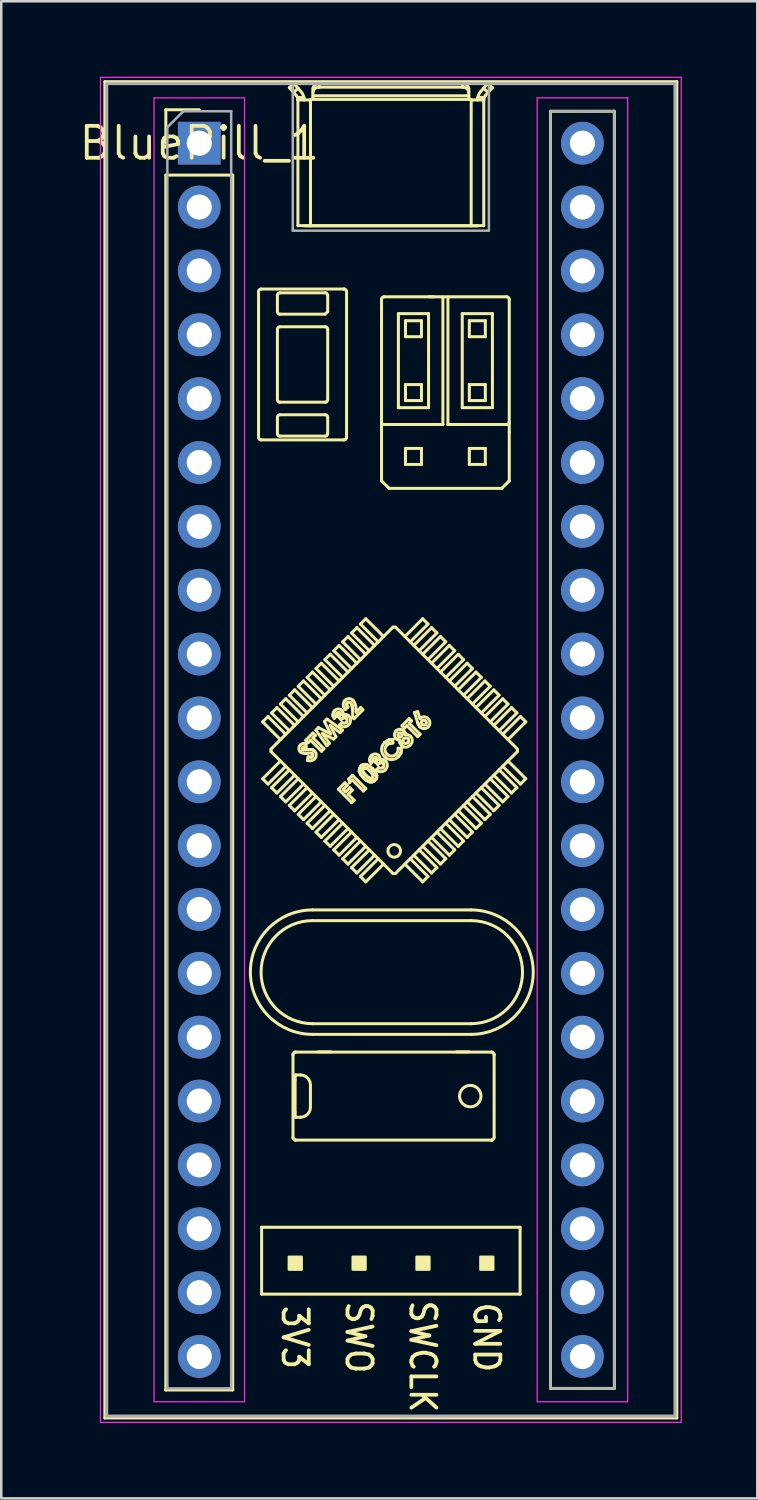
<source format=kicad_pcb>
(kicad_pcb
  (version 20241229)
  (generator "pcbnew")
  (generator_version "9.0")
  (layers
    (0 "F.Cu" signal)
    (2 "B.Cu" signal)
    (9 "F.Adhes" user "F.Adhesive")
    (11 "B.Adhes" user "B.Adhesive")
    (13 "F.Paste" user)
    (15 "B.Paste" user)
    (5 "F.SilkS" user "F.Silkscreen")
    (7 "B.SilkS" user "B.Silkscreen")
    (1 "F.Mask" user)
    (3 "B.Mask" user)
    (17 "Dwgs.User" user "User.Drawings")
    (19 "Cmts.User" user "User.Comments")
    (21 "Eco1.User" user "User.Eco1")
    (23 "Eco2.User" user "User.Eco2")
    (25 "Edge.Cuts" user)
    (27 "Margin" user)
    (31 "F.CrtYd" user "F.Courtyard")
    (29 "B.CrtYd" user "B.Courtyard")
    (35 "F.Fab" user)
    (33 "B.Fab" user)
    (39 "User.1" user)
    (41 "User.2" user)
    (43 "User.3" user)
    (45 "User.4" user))
  (footprint "BluePill_1"
    (layer "F.Cu")
    (at 4.876 2.645)
    (property "Reference" "BluePill_1" (at 0 0 0) (layer "F.SilkS") (effects (font (size 1.27 1.27) (thickness 0.15))))
    (attr through_hole)
    (fp_line (start -3.755 -2.445) (end 18.995 -2.445) (stroke (width 0.12) (type solid)) (layer "F.SilkS"))
    (fp_line (start -3.755 50.705) (end -3.755 -2.445) (stroke (width 0.12) (type solid)) (layer "F.SilkS"))
    (fp_line (start -1.33 -1.33) (end 0 -1.33) (stroke (width 0.12) (type solid)) (layer "F.SilkS"))
    (fp_line (start -1.33 0) (end -1.33 -1.33) (stroke (width 0.12) (type solid)) (layer "F.SilkS"))
    (fp_line (start -1.33 1.27) (end 1.33 1.27) (stroke (width 0.12) (type solid)) (layer "F.SilkS"))
    (fp_line (start -1.33 49.59) (end -1.33 1.27) (stroke (width 0.12) (type solid)) (layer "F.SilkS"))
    (fp_line (start 1.33 1.27) (end 1.33 49.59) (stroke (width 0.12) (type solid)) (layer "F.SilkS"))
    (fp_line (start 1.33 49.59) (end -1.33 49.59) (stroke (width 0.12) (type solid)) (layer "F.SilkS"))
    (fp_line (start 2.358 5.902) (end 2.358 11.702) (stroke (width 0.12) (type solid)) (layer "F.SilkS"))
    (fp_line (start 2.458 11.802) (end 5.758 11.802) (stroke (width 0.12) (type solid)) (layer "F.SilkS"))
    (fp_line (start 2.48 43.12) (end 2.48 45.78) (stroke (width 0.12) (type solid)) (layer "F.SilkS"))
    (fp_line (start 2.48 45.78) (end 12.76 45.78) (stroke (width 0.12) (type solid)) (layer "F.SilkS"))
    (fp_line (start 2.522 23.017) (end 3.229 23.724) (stroke (width 0.12) (type solid)) (layer "F.SilkS"))
    (fp_line (start 2.522 25.28) (end 3.229 24.573) (stroke (width 0.12) (type solid)) (layer "F.SilkS"))
    (fp_line (start 2.734 22.805) (end 2.522 23.017) (stroke (width 0.12) (type solid)) (layer "F.SilkS"))
    (fp_line (start 2.734 22.805) (end 3.441 23.512) (stroke (width 0.12) (type solid)) (layer "F.SilkS"))
    (fp_line (start 2.734 25.492) (end 2.522 25.28) (stroke (width 0.12) (type solid)) (layer "F.SilkS"))
    (fp_line (start 2.734 25.492) (end 3.441 24.785) (stroke (width 0.12) (type solid)) (layer "F.SilkS"))
    (fp_line (start 2.855 24.199) (end 2.855 24.099) (stroke (width 0.12) (type solid)) (layer "F.SilkS"))
    (fp_line (start 2.855 24.199) (end 7.704 29.048) (stroke (width 0.12) (type solid)) (layer "F.SilkS"))
    (fp_line (start 2.875 22.664) (end 3.583 23.371) (stroke (width 0.12) (type solid)) (layer "F.SilkS"))
    (fp_line (start 2.875 25.634) (end 3.583 24.926) (stroke (width 0.12) (type solid)) (layer "F.SilkS"))
    (fp_line (start 3.088 22.452) (end 2.875 22.664) (stroke (width 0.12) (type solid)) (layer "F.SilkS"))
    (fp_line (start 3.088 22.452) (end 3.795 23.159) (stroke (width 0.12) (type solid)) (layer "F.SilkS"))
    (fp_line (start 3.088 25.846) (end 2.875 25.634) (stroke (width 0.12) (type solid)) (layer "F.SilkS"))
    (fp_line (start 3.088 25.846) (end 3.795 25.139) (stroke (width 0.12) (type solid)) (layer "F.SilkS"))
    (fp_line (start 3.108 6.702) (end 3.108 6.052) (stroke (width 0.12) (type solid)) (layer "F.SilkS"))
    (fp_line (start 3.108 10.202) (end 3.108 7.402) (stroke (width 0.12) (type solid)) (layer "F.SilkS"))
    (fp_line (start 3.108 11.552) (end 3.108 10.902) (stroke (width 0.12) (type solid)) (layer "F.SilkS"))
    (fp_line (start 3.208 5.952) (end 5.008 5.952) (stroke (width 0.12) (type solid)) (layer "F.SilkS"))
    (fp_line (start 3.208 7.302) (end 5.008 7.302) (stroke (width 0.12) (type solid)) (layer "F.SilkS"))
    (fp_line (start 3.208 10.802) (end 5.008 10.802) (stroke (width 0.12) (type solid)) (layer "F.SilkS"))
    (fp_line (start 3.229 22.31) (end 3.936 23.017) (stroke (width 0.12) (type solid)) (layer "F.SilkS"))
    (fp_line (start 3.229 25.987) (end 3.936 25.28) (stroke (width 0.12) (type solid)) (layer "F.SilkS"))
    (fp_line (start 3.441 22.098) (end 3.229 22.31) (stroke (width 0.12) (type solid)) (layer "F.SilkS"))
    (fp_line (start 3.441 22.098) (end 4.148 22.805) (stroke (width 0.12) (type solid)) (layer "F.SilkS"))
    (fp_line (start 3.441 26.199) (end 3.229 25.987) (stroke (width 0.12) (type solid)) (layer "F.SilkS"))
    (fp_line (start 3.441 26.199) (end 4.148 25.492) (stroke (width 0.12) (type solid)) (layer "F.SilkS"))
    (fp_line (start 3.583 -2.207) (end 3.861 -1.891) (stroke (width 0.12) (type solid)) (layer "F.SilkS"))
    (fp_line (start 3.583 21.957) (end 4.29 22.664) (stroke (width 0.12) (type solid)) (layer "F.SilkS"))
    (fp_line (start 3.583 26.341) (end 4.29 25.634) (stroke (width 0.12) (type solid)) (layer "F.SilkS"))
    (fp_line (start 3.728 36.253) (end 3.728 39.553) (stroke (width 0.12) (type solid)) (layer "F.SilkS"))
    (fp_line (start 3.728 36.252) (end 3.728 36.253) (stroke (width 0.12) (type solid)) (layer "F.SilkS"))
    (fp_line (start 3.748 -2.02) (end 3.933 -2.182) (stroke (width 0.12) (type solid)) (layer "F.SilkS"))
    (fp_line (start 3.767 -2.37) (end 3.583 -2.207) (stroke (width 0.12) (type solid)) (layer "F.SilkS"))
    (fp_line (start 3.795 21.744) (end 3.583 21.957) (stroke (width 0.12) (type solid)) (layer "F.SilkS"))
    (fp_line (start 3.795 21.744) (end 4.502 22.452) (stroke (width 0.12) (type solid)) (layer "F.SilkS"))
    (fp_line (start 3.795 26.553) (end 3.583 26.341) (stroke (width 0.12) (type solid)) (layer "F.SilkS"))
    (fp_line (start 3.795 26.553) (end 4.502 25.846) (stroke (width 0.12) (type solid)) (layer "F.SilkS"))
    (fp_line (start 3.812 38.544) (end 3.812 37.262) (stroke (width 0.12) (type solid)) (layer "F.SilkS"))
    (fp_line (start 3.827 39.653) (end 3.828 39.653) (stroke (width 0.12) (type solid)) (layer "F.SilkS"))
    (fp_line (start 3.828 36.153) (end 3.827 36.153) (stroke (width 0.12) (type solid)) (layer "F.SilkS"))
    (fp_line (start 3.828 36.153) (end 11.628 36.153) (stroke (width 0.12) (type solid)) (layer "F.SilkS"))
    (fp_line (start 3.828 39.653) (end 11.628 39.653) (stroke (width 0.12) (type solid)) (layer "F.SilkS"))
    (fp_line (start 3.834 38.744) (end 4.021 38.744) (stroke (width 0.12) (type solid)) (layer "F.SilkS"))
    (fp_line (start 3.924 -1.728) (end 3.929 -1.72) (stroke (width 0.12) (type solid)) (layer "F.SilkS"))
    (fp_line (start 3.924 -1.726) (end 3.924 -1.728) (stroke (width 0.12) (type solid)) (layer "F.SilkS"))
    (fp_line (start 3.924 -1.726) (end 3.924 3.28) (stroke (width 0.12) (type solid)) (layer "F.SilkS"))
    (fp_line (start 3.929 -1.72) (end 3.93 -1.72) (stroke (width 0.12) (type solid)) (layer "F.SilkS"))
    (fp_line (start 3.93 -1.72) (end 4.42 -1.72) (stroke (width 0.12) (type solid)) (layer "F.SilkS"))
    (fp_line (start 3.936 21.603) (end 4.643 22.31) (stroke (width 0.12) (type solid)) (layer "F.SilkS"))
    (fp_line (start 3.936 26.694) (end 4.643 25.987) (stroke (width 0.12) (type solid)) (layer "F.SilkS"))
    (fp_line (start 4.021 37.062) (end 3.834 37.062) (stroke (width 0.12) (type solid)) (layer "F.SilkS"))
    (fp_line (start 4.045 -2.055) (end 3.767 -2.37) (stroke (width 0.12) (type solid)) (layer "F.SilkS"))
    (fp_line (start 4.108 24.11) (end 4.126 24.122) (stroke (width 0.12) (type solid)) (layer "F.SilkS"))
    (fp_line (start 4.108 24.11) (end 4.126 24.122) (stroke (width 0.12) (type solid)) (layer "F.SilkS"))
    (fp_line (start 4.126 24.122) (end 4.142 24.127) (stroke (width 0.12) (type solid)) (layer "F.SilkS"))
    (fp_line (start 4.126 24.122) (end 4.142 24.127) (stroke (width 0.12) (type solid)) (layer "F.SilkS"))
    (fp_line (start 4.142 24.127) (end 4.221 24.127) (stroke (width 0.12) (type solid)) (layer "F.SilkS"))
    (fp_line (start 4.142 24.127) (end 4.221 24.127) (stroke (width 0.12) (type solid)) (layer "F.SilkS"))
    (fp_line (start 4.148 21.391) (end 3.936 21.603) (stroke (width 0.12) (type solid)) (layer "F.SilkS"))
    (fp_line (start 4.148 21.391) (end 4.855 22.098) (stroke (width 0.12) (type solid)) (layer "F.SilkS"))
    (fp_line (start 4.148 26.906) (end 3.936 26.694) (stroke (width 0.12) (type solid)) (layer "F.SilkS"))
    (fp_line (start 4.148 26.906) (end 4.855 26.199) (stroke (width 0.12) (type solid)) (layer "F.SilkS"))
    (fp_line (start 4.161 -1.82) (end 3.905 -1.82) (stroke (width 0.12) (type solid)) (layer "F.SilkS"))
    (fp_line (start 4.17 -1.72) (end 4.17 -1.724) (stroke (width 0.12) (type solid)) (layer "F.SilkS"))
    (fp_line (start 4.221 24.127) (end 4.283 24.123) (stroke (width 0.12) (type solid)) (layer "F.SilkS"))
    (fp_line (start 4.221 24.127) (end 4.283 24.123) (stroke (width 0.12) (type solid)) (layer "F.SilkS"))
    (fp_line (start 4.236 23.749) (end 4.522 23.463) (stroke (width 0.12) (type solid)) (layer "F.SilkS"))
    (fp_line (start 4.253 23.874) (end 4.247 24.011) (stroke (width 0.12) (type solid)) (layer "F.SilkS"))
    (fp_line (start 4.283 24.123) (end 4.355 24.118) (stroke (width 0.12) (type solid)) (layer "F.SilkS"))
    (fp_line (start 4.283 24.123) (end 4.355 24.118) (stroke (width 0.12) (type solid)) (layer "F.SilkS"))
    (fp_line (start 4.29 21.249) (end 4.997 21.957) (stroke (width 0.12) (type solid)) (layer "F.SilkS"))
    (fp_line (start 4.29 27.048) (end 4.997 26.341) (stroke (width 0.12) (type solid)) (layer "F.SilkS"))
    (fp_line (start 4.3 24.547) (end 4.334 24.413) (stroke (width 0.12) (type solid)) (layer "F.SilkS"))
    (fp_line (start 4.331 23.844) (end 4.236 23.749) (stroke (width 0.12) (type solid)) (layer "F.SilkS"))
    (fp_line (start 4.334 24.413) (end 4.424 24.424) (stroke (width 0.12) (type solid)) (layer "F.SilkS"))
    (fp_line (start 4.334 24.413) (end 4.424 24.424) (stroke (width 0.12) (type solid)) (layer "F.SilkS"))
    (fp_line (start 4.355 24.118) (end 4.412 24.116) (stroke (width 0.12) (type solid)) (layer "F.SilkS"))
    (fp_line (start 4.355 24.118) (end 4.412 24.116) (stroke (width 0.12) (type solid)) (layer "F.SilkS"))
    (fp_line (start 4.412 24.116) (end 4.518 24.135) (stroke (width 0.12) (type solid)) (layer "F.SilkS"))
    (fp_line (start 4.412 24.116) (end 4.518 24.135) (stroke (width 0.12) (type solid)) (layer "F.SilkS"))
    (fp_line (start 4.42 -1.72) (end 4.424 -1.72) (stroke (width 0.12) (type solid)) (layer "F.SilkS"))
    (fp_line (start 4.421 37.462) (end 4.421 38.344) (stroke (width 0.12) (type solid)) (layer "F.SilkS"))
    (fp_line (start 4.424 -1.72) (end 4.424 3.29) (stroke (width 0.12) (type solid)) (layer "F.SilkS"))
    (fp_line (start 4.424 24.424) (end 4.459 24.415) (stroke (width 0.12) (type solid)) (layer "F.SilkS"))
    (fp_line (start 4.424 24.424) (end 4.459 24.415) (stroke (width 0.12) (type solid)) (layer "F.SilkS"))
    (fp_line (start 4.427 23.749) (end 4.331 23.844) (stroke (width 0.12) (type solid)) (layer "F.SilkS"))
    (fp_line (start 4.459 24.415) (end 4.489 24.394) (stroke (width 0.12) (type solid)) (layer "F.SilkS"))
    (fp_line (start 4.459 24.415) (end 4.489 24.394) (stroke (width 0.12) (type solid)) (layer "F.SilkS"))
    (fp_line (start 4.502 21.037) (end 4.29 21.249) (stroke (width 0.12) (type solid)) (layer "F.SilkS"))
    (fp_line (start 4.502 21.037) (end 5.209 21.744) (stroke (width 0.12) (type solid)) (layer "F.SilkS"))
    (fp_line (start 4.502 27.26) (end 4.29 27.048) (stroke (width 0.12) (type solid)) (layer "F.SilkS"))
    (fp_line (start 4.502 27.26) (end 5.209 26.553) (stroke (width 0.12) (type solid)) (layer "F.SilkS"))
    (fp_line (start 4.508 30.923) (end 10.808 30.923) (stroke (width 0.12) (type solid)) (layer "F.SilkS"))
    (fp_line (start 4.508 35.448) (end 10.808 35.448) (stroke (width 0.12) (type solid)) (layer "F.SilkS"))
    (fp_line (start 4.518 24.135) (end 4.588 24.183) (stroke (width 0.12) (type solid)) (layer "F.SilkS"))
    (fp_line (start 4.518 24.135) (end 4.588 24.183) (stroke (width 0.12) (type solid)) (layer "F.SilkS"))
    (fp_line (start 4.52 -2.165) (end 4.52 -1.82) (stroke (width 0.12) (type solid)) (layer "F.SilkS"))
    (fp_line (start 4.52 -1.885) (end 10.72 -1.885) (stroke (width 0.12) (type solid)) (layer "F.SilkS"))
    (fp_line (start 4.522 23.463) (end 4.617 23.559) (stroke (width 0.12) (type solid)) (layer "F.SilkS"))
    (fp_line (start 4.522 23.654) (end 4.957 24.089) (stroke (width 0.12) (type solid)) (layer "F.SilkS"))
    (fp_line (start 4.617 23.559) (end 4.522 23.654) (stroke (width 0.12) (type solid)) (layer "F.SilkS"))
    (fp_line (start 4.639 23.347) (end 4.737 23.248) (stroke (width 0.12) (type solid)) (layer "F.SilkS"))
    (fp_line (start 4.643 20.896) (end 5.35 21.603) (stroke (width 0.12) (type solid)) (layer "F.SilkS"))
    (fp_line (start 4.643 27.401) (end 5.35 26.694) (stroke (width 0.12) (type solid)) (layer "F.SilkS"))
    (fp_line (start 4.737 23.248) (end 5.228 23.497) (stroke (width 0.12) (type solid)) (layer "F.SilkS"))
    (fp_line (start 4.77 -2.227) (end 4.77 -2.37) (stroke (width 0.12) (type solid)) (layer "F.SilkS"))
    (fp_line (start 4.855 20.684) (end 4.643 20.896) (stroke (width 0.12) (type solid)) (layer "F.SilkS"))
    (fp_line (start 4.855 20.684) (end 5.562 21.391) (stroke (width 0.12) (type solid)) (layer "F.SilkS"))
    (fp_line (start 4.855 27.613) (end 4.643 27.401) (stroke (width 0.12) (type solid)) (layer "F.SilkS"))
    (fp_line (start 4.855 27.613) (end 5.562 26.906) (stroke (width 0.12) (type solid)) (layer "F.SilkS"))
    (fp_line (start 4.862 24.184) (end 4.427 23.749) (stroke (width 0.12) (type solid)) (layer "F.SilkS"))
    (fp_line (start 4.897 23.479) (end 5.176 23.87) (stroke (width 0.12) (type solid)) (layer "F.SilkS"))
    (fp_line (start 4.957 24.089) (end 4.862 24.184) (stroke (width 0.12) (type solid)) (layer "F.SilkS"))
    (fp_line (start 4.98 23.005) (end 5.078 22.907) (stroke (width 0.12) (type solid)) (layer "F.SilkS"))
    (fp_line (start 4.997 20.542) (end 5.704 21.249) (stroke (width 0.12) (type solid)) (layer "F.SilkS"))
    (fp_line (start 4.997 27.755) (end 5.704 27.048) (stroke (width 0.12) (type solid)) (layer "F.SilkS"))
    (fp_line (start 5.008 6.802) (end 3.208 6.802) (stroke (width 0.12) (type solid)) (layer "F.SilkS"))
    (fp_line (start 5.008 10.302) (end 3.208 10.302) (stroke (width 0.12) (type solid)) (layer "F.SilkS"))
    (fp_line (start 5.008 11.652) (end 3.208 11.652) (stroke (width 0.12) (type solid)) (layer "F.SilkS"))
    (fp_line (start 5.078 22.907) (end 5.698 23.348) (stroke (width 0.12) (type solid)) (layer "F.SilkS"))
    (fp_line (start 5.079 23.967) (end 4.639 23.347) (stroke (width 0.12) (type solid)) (layer "F.SilkS"))
    (fp_line (start 5.108 6.052) (end 5.108 6.702) (stroke (width 0.12) (type solid)) (layer "F.SilkS"))
    (fp_line (start 5.108 6.702) (end 5.008 6.802) (stroke (width 0.12) (type solid)) (layer "F.SilkS"))
    (fp_line (start 5.108 7.402) (end 5.108 10.202) (stroke (width 0.12) (type solid)) (layer "F.SilkS"))
    (fp_line (start 5.108 10.902) (end 5.108 11.552) (stroke (width 0.12) (type solid)) (layer "F.SilkS"))
    (fp_line (start 5.176 23.87) (end 5.079 23.967) (stroke (width 0.12) (type solid)) (layer "F.SilkS"))
    (fp_line (start 5.209 20.33) (end 4.997 20.542) (stroke (width 0.12) (type solid)) (layer "F.SilkS"))
    (fp_line (start 5.209 20.33) (end 5.916 21.037) (stroke (width 0.12) (type solid)) (layer "F.SilkS"))
    (fp_line (start 5.209 27.967) (end 4.997 27.755) (stroke (width 0.12) (type solid)) (layer "F.SilkS"))
    (fp_line (start 5.209 27.967) (end 5.916 27.26) (stroke (width 0.12) (type solid)) (layer "F.SilkS"))
    (fp_line (start 5.21 23.166) (end 5.435 23.611) (stroke (width 0.12) (type solid)) (layer "F.SilkS"))
    (fp_line (start 5.228 36.143) (end 4.728 36.143) (stroke (width 0.12) (type solid)) (layer "F.SilkS"))
    (fp_line (start 5.228 23.497) (end 4.98 23.005) (stroke (width 0.12) (type solid)) (layer "F.SilkS"))
    (fp_line (start 5.319 22.738) (end 5.339 22.637) (stroke (width 0.12) (type solid)) (layer "F.SilkS"))
    (fp_line (start 5.319 22.738) (end 5.339 22.637) (stroke (width 0.12) (type solid)) (layer "F.SilkS"))
    (fp_line (start 5.331 22.801) (end 5.319 22.738) (stroke (width 0.12) (type solid)) (layer "F.SilkS"))
    (fp_line (start 5.331 22.801) (end 5.319 22.738) (stroke (width 0.12) (type solid)) (layer "F.SilkS"))
    (fp_line (start 5.339 22.637) (end 5.387 22.571) (stroke (width 0.12) (type solid)) (layer "F.SilkS"))
    (fp_line (start 5.339 22.637) (end 5.387 22.571) (stroke (width 0.12) (type solid)) (layer "F.SilkS"))
    (fp_line (start 5.342 23.704) (end 4.897 23.479) (stroke (width 0.12) (type solid)) (layer "F.SilkS"))
    (fp_line (start 5.35 20.189) (end 6.057 20.896) (stroke (width 0.12) (type solid)) (layer "F.SilkS"))
    (fp_line (start 5.35 28.108) (end 6.057 27.401) (stroke (width 0.12) (type solid)) (layer "F.SilkS"))
    (fp_line (start 5.372 22.872) (end 5.331 22.801) (stroke (width 0.12) (type solid)) (layer "F.SilkS"))
    (fp_line (start 5.372 22.872) (end 5.331 22.801) (stroke (width 0.12) (type solid)) (layer "F.SilkS"))
    (fp_line (start 5.435 23.611) (end 5.342 23.704) (stroke (width 0.12) (type solid)) (layer "F.SilkS"))
    (fp_line (start 5.467 22.777) (end 5.372 22.872) (stroke (width 0.12) (type solid)) (layer "F.SilkS"))
    (fp_line (start 5.535 25.7) (end 5.793 25.442) (stroke (width 0.12) (type solid)) (layer "F.SilkS"))
    (fp_line (start 5.549 22.831) (end 5.6 22.752) (stroke (width 0.12) (type solid)) (layer "F.SilkS"))
    (fp_line (start 5.549 22.831) (end 5.6 22.752) (stroke (width 0.12) (type solid)) (layer "F.SilkS"))
    (fp_line (start 5.562 19.977) (end 5.35 20.189) (stroke (width 0.12) (type solid)) (layer "F.SilkS"))
    (fp_line (start 5.562 19.977) (end 6.27 20.684) (stroke (width 0.12) (type solid)) (layer "F.SilkS"))
    (fp_line (start 5.562 28.321) (end 5.35 28.108) (stroke (width 0.12) (type solid)) (layer "F.SilkS"))
    (fp_line (start 5.562 28.321) (end 6.27 27.613) (stroke (width 0.12) (type solid)) (layer "F.SilkS"))
    (fp_line (start 5.583 23.137) (end 5.678 23.042) (stroke (width 0.12) (type solid)) (layer "F.SilkS"))
    (fp_line (start 5.598 22.683) (end 5.585 22.664) (stroke (width 0.12) (type solid)) (layer "F.SilkS"))
    (fp_line (start 5.598 22.683) (end 5.585 22.664) (stroke (width 0.12) (type solid)) (layer "F.SilkS"))
    (fp_line (start 5.6 22.752) (end 5.605 22.706) (stroke (width 0.12) (type solid)) (layer "F.SilkS"))
    (fp_line (start 5.6 22.752) (end 5.605 22.706) (stroke (width 0.12) (type solid)) (layer "F.SilkS"))
    (fp_line (start 5.602 23.444) (end 5.21 23.166) (stroke (width 0.12) (type solid)) (layer "F.SilkS"))
    (fp_line (start 5.605 22.706) (end 5.598 22.683) (stroke (width 0.12) (type solid)) (layer "F.SilkS"))
    (fp_line (start 5.605 22.706) (end 5.598 22.683) (stroke (width 0.12) (type solid)) (layer "F.SilkS"))
    (fp_line (start 5.637 22.92) (end 5.549 22.831) (stroke (width 0.12) (type solid)) (layer "F.SilkS"))
    (fp_line (start 5.698 23.348) (end 5.602 23.444) (stroke (width 0.12) (type solid)) (layer "F.SilkS"))
    (fp_line (start 5.704 19.835) (end 6.411 20.542) (stroke (width 0.12) (type solid)) (layer "F.SilkS"))
    (fp_line (start 5.704 28.462) (end 6.411 27.755) (stroke (width 0.12) (type solid)) (layer "F.SilkS"))
    (fp_line (start 5.725 25.7) (end 5.827 25.802) (stroke (width 0.12) (type solid)) (layer "F.SilkS"))
    (fp_line (start 5.738 22.854) (end 5.637 22.92) (stroke (width 0.12) (type solid)) (layer "F.SilkS"))
    (fp_line (start 5.738 22.854) (end 5.637 22.92) (stroke (width 0.12) (type solid)) (layer "F.SilkS"))
    (fp_line (start 5.758 5.802) (end 2.458 5.802) (stroke (width 0.12) (type solid)) (layer "F.SilkS"))
    (fp_line (start 5.762 5.802) (end 5.758 5.802) (stroke (width 0.12) (type solid)) (layer "F.SilkS"))
    (fp_line (start 5.793 25.442) (end 5.888 25.537) (stroke (width 0.12) (type solid)) (layer "F.SilkS"))
    (fp_line (start 5.798 22.849) (end 5.738 22.854) (stroke (width 0.12) (type solid)) (layer "F.SilkS"))
    (fp_line (start 5.798 22.849) (end 5.738 22.854) (stroke (width 0.12) (type solid)) (layer "F.SilkS"))
    (fp_line (start 5.827 25.802) (end 5.99 25.639) (stroke (width 0.12) (type solid)) (layer "F.SilkS"))
    (fp_line (start 5.827 22.858) (end 5.798 22.849) (stroke (width 0.12) (type solid)) (layer "F.SilkS"))
    (fp_line (start 5.827 22.858) (end 5.798 22.849) (stroke (width 0.12) (type solid)) (layer "F.SilkS"))
    (fp_line (start 5.852 22.876) (end 5.827 22.858) (stroke (width 0.12) (type solid)) (layer "F.SilkS"))
    (fp_line (start 5.852 22.876) (end 5.827 22.858) (stroke (width 0.12) (type solid)) (layer "F.SilkS"))
    (fp_line (start 5.858 11.702) (end 5.858 5.902) (stroke (width 0.12) (type solid)) (layer "F.SilkS"))
    (fp_line (start 5.862 22.307) (end 5.866 22.36) (stroke (width 0.12) (type solid)) (layer "F.SilkS"))
    (fp_line (start 5.862 22.307) (end 5.866 22.36) (stroke (width 0.12) (type solid)) (layer "F.SilkS"))
    (fp_line (start 5.866 22.36) (end 5.909 22.43) (stroke (width 0.12) (type solid)) (layer "F.SilkS"))
    (fp_line (start 5.866 22.36) (end 5.909 22.43) (stroke (width 0.12) (type solid)) (layer "F.SilkS"))
    (fp_line (start 5.887 22.261) (end 5.862 22.307) (stroke (width 0.12) (type solid)) (layer "F.SilkS"))
    (fp_line (start 5.887 22.261) (end 5.862 22.307) (stroke (width 0.12) (type solid)) (layer "F.SilkS"))
    (fp_line (start 5.888 25.537) (end 5.725 25.7) (stroke (width 0.12) (type solid)) (layer "F.SilkS"))
    (fp_line (start 5.909 22.43) (end 5.814 22.525) (stroke (width 0.12) (type solid)) (layer "F.SilkS"))
    (fp_line (start 5.916 19.623) (end 5.704 19.835) (stroke (width 0.12) (type solid)) (layer "F.SilkS"))
    (fp_line (start 5.916 19.623) (end 6.623 20.33) (stroke (width 0.12) (type solid)) (layer "F.SilkS"))
    (fp_line (start 5.916 28.674) (end 5.704 28.462) (stroke (width 0.12) (type solid)) (layer "F.SilkS"))
    (fp_line (start 5.916 28.674) (end 6.623 27.967) (stroke (width 0.12) (type solid)) (layer "F.SilkS"))
    (fp_line (start 5.922 25.898) (end 6.16 26.136) (stroke (width 0.12) (type solid)) (layer "F.SilkS"))
    (fp_line (start 5.945 25.29) (end 6.092 25.143) (stroke (width 0.12) (type solid)) (layer "F.SilkS"))
    (fp_line (start 5.977 25.435) (end 5.945 25.29) (stroke (width 0.12) (type solid)) (layer "F.SilkS"))
    (fp_line (start 5.99 25.639) (end 6.086 25.734) (stroke (width 0.12) (type solid)) (layer "F.SilkS"))
    (fp_line (start 6.057 19.482) (end 6.765 20.189) (stroke (width 0.12) (type solid)) (layer "F.SilkS"))
    (fp_line (start 6.057 28.815) (end 6.765 28.108) (stroke (width 0.12) (type solid)) (layer "F.SilkS"))
    (fp_line (start 6.065 26.231) (end 5.535 25.7) (stroke (width 0.12) (type solid)) (layer "F.SilkS"))
    (fp_line (start 6.08 22.368) (end 6.027 22.263) (stroke (width 0.12) (type solid)) (layer "F.SilkS"))
    (fp_line (start 6.08 22.368) (end 6.027 22.263) (stroke (width 0.12) (type solid)) (layer "F.SilkS"))
    (fp_line (start 6.086 25.326) (end 5.977 25.435) (stroke (width 0.12) (type solid)) (layer "F.SilkS"))
    (fp_line (start 6.086 25.734) (end 5.922 25.898) (stroke (width 0.12) (type solid)) (layer "F.SilkS"))
    (fp_line (start 6.092 25.143) (end 6.623 25.673) (stroke (width 0.12) (type solid)) (layer "F.SilkS"))
    (fp_line (start 6.095 22.52) (end 6.08 22.368) (stroke (width 0.12) (type solid)) (layer "F.SilkS"))
    (fp_line (start 6.095 22.52) (end 6.08 22.368) (stroke (width 0.12) (type solid)) (layer "F.SilkS"))
    (fp_line (start 6.105 22.844) (end 6.095 22.52) (stroke (width 0.12) (type solid)) (layer "F.SilkS"))
    (fp_line (start 6.154 22.892) (end 6.105 22.844) (stroke (width 0.12) (type solid)) (layer "F.SilkS"))
    (fp_line (start 6.16 26.136) (end 6.065 26.231) (stroke (width 0.12) (type solid)) (layer "F.SilkS"))
    (fp_line (start 6.232 22.51) (end 6.24 22.629) (stroke (width 0.12) (type solid)) (layer "F.SilkS"))
    (fp_line (start 6.24 22.629) (end 6.419 22.45) (stroke (width 0.12) (type solid)) (layer "F.SilkS"))
    (fp_line (start 6.27 19.27) (end 6.057 19.482) (stroke (width 0.12) (type solid)) (layer "F.SilkS"))
    (fp_line (start 6.27 19.27) (end 6.977 19.977) (stroke (width 0.12) (type solid)) (layer "F.SilkS"))
    (fp_line (start 6.27 29.028) (end 6.057 28.815) (stroke (width 0.12) (type solid)) (layer "F.SilkS"))
    (fp_line (start 6.27 29.028) (end 6.977 28.321) (stroke (width 0.12) (type solid)) (layer "F.SilkS"))
    (fp_line (start 6.365 24.988) (end 6.373 24.863) (stroke (width 0.12) (type solid)) (layer "F.SilkS"))
    (fp_line (start 6.365 24.988) (end 6.373 24.863) (stroke (width 0.12) (type solid)) (layer "F.SilkS"))
    (fp_line (start 6.373 24.863) (end 6.427 24.781) (stroke (width 0.12) (type solid)) (layer "F.SilkS"))
    (fp_line (start 6.373 24.863) (end 6.427 24.781) (stroke (width 0.12) (type solid)) (layer "F.SilkS"))
    (fp_line (start 6.411 19.128) (end 7.118 19.835) (stroke (width 0.12) (type solid)) (layer "F.SilkS"))
    (fp_line (start 6.411 29.169) (end 7.118 28.462) (stroke (width 0.12) (type solid)) (layer "F.SilkS"))
    (fp_line (start 6.419 22.45) (end 6.507 22.539) (stroke (width 0.12) (type solid)) (layer "F.SilkS"))
    (fp_line (start 6.421 25.111) (end 6.365 24.988) (stroke (width 0.12) (type solid)) (layer "F.SilkS"))
    (fp_line (start 6.421 25.111) (end 6.365 24.988) (stroke (width 0.12) (type solid)) (layer "F.SilkS"))
    (fp_line (start 6.427 24.781) (end 6.48 24.74) (stroke (width 0.12) (type solid)) (layer "F.SilkS"))
    (fp_line (start 6.427 24.781) (end 6.48 24.74) (stroke (width 0.12) (type solid)) (layer "F.SilkS"))
    (fp_line (start 6.48 24.74) (end 6.541 24.715) (stroke (width 0.12) (type solid)) (layer "F.SilkS"))
    (fp_line (start 6.48 24.74) (end 6.541 24.715) (stroke (width 0.12) (type solid)) (layer "F.SilkS"))
    (fp_line (start 6.496 24.948) (end 6.524 25.024) (stroke (width 0.12) (type solid)) (layer "F.SilkS"))
    (fp_line (start 6.496 24.948) (end 6.524 25.024) (stroke (width 0.12) (type solid)) (layer "F.SilkS"))
    (fp_line (start 6.503 24.908) (end 6.496 24.948) (stroke (width 0.12) (type solid)) (layer "F.SilkS"))
    (fp_line (start 6.503 24.908) (end 6.496 24.948) (stroke (width 0.12) (type solid)) (layer "F.SilkS"))
    (fp_line (start 6.507 22.539) (end 6.154 22.892) (stroke (width 0.12) (type solid)) (layer "F.SilkS"))
    (fp_line (start 6.524 25.024) (end 6.629 25.149) (stroke (width 0.12) (type solid)) (layer "F.SilkS"))
    (fp_line (start 6.524 25.024) (end 6.629 25.149) (stroke (width 0.12) (type solid)) (layer "F.SilkS"))
    (fp_line (start 6.525 24.874) (end 6.503 24.908) (stroke (width 0.12) (type solid)) (layer "F.SilkS"))
    (fp_line (start 6.525 24.874) (end 6.503 24.908) (stroke (width 0.12) (type solid)) (layer "F.SilkS"))
    (fp_line (start 6.528 25.768) (end 6.086 25.326) (stroke (width 0.12) (type solid)) (layer "F.SilkS"))
    (fp_line (start 6.533 25.243) (end 6.421 25.111) (stroke (width 0.12) (type solid)) (layer "F.SilkS"))
    (fp_line (start 6.533 25.243) (end 6.421 25.111) (stroke (width 0.12) (type solid)) (layer "F.SilkS"))
    (fp_line (start 6.541 24.715) (end 6.608 24.71) (stroke (width 0.12) (type solid)) (layer "F.SilkS"))
    (fp_line (start 6.541 24.715) (end 6.608 24.71) (stroke (width 0.12) (type solid)) (layer "F.SilkS"))
    (fp_line (start 6.558 24.852) (end 6.525 24.874) (stroke (width 0.12) (type solid)) (layer "F.SilkS"))
    (fp_line (start 6.558 24.852) (end 6.525 24.874) (stroke (width 0.12) (type solid)) (layer "F.SilkS"))
    (fp_line (start 6.597 24.848) (end 6.558 24.852) (stroke (width 0.12) (type solid)) (layer "F.SilkS"))
    (fp_line (start 6.597 24.848) (end 6.558 24.852) (stroke (width 0.12) (type solid)) (layer "F.SilkS"))
    (fp_line (start 6.608 24.71) (end 6.673 24.725) (stroke (width 0.12) (type solid)) (layer "F.SilkS"))
    (fp_line (start 6.608 24.71) (end 6.673 24.725) (stroke (width 0.12) (type solid)) (layer "F.SilkS"))
    (fp_line (start 6.623 25.673) (end 6.528 25.768) (stroke (width 0.12) (type solid)) (layer "F.SilkS"))
    (fp_line (start 6.623 18.916) (end 6.411 19.128) (stroke (width 0.12) (type solid)) (layer "F.SilkS"))
    (fp_line (start 6.623 18.916) (end 7.33 19.623) (stroke (width 0.12) (type solid)) (layer "F.SilkS"))
    (fp_line (start 6.623 29.381) (end 6.411 29.169) (stroke (width 0.12) (type solid)) (layer "F.SilkS"))
    (fp_line (start 6.623 29.381) (end 7.33 28.674) (stroke (width 0.12) (type solid)) (layer "F.SilkS"))
    (fp_line (start 6.629 25.149) (end 6.749 25.246) (stroke (width 0.12) (type solid)) (layer "F.SilkS"))
    (fp_line (start 6.629 25.149) (end 6.749 25.246) (stroke (width 0.12) (type solid)) (layer "F.SilkS"))
    (fp_line (start 6.631 25.331) (end 6.533 25.243) (stroke (width 0.12) (type solid)) (layer "F.SilkS"))
    (fp_line (start 6.631 25.331) (end 6.533 25.243) (stroke (width 0.12) (type solid)) (layer "F.SilkS"))
    (fp_line (start 6.671 24.873) (end 6.597 24.848) (stroke (width 0.12) (type solid)) (layer "F.SilkS"))
    (fp_line (start 6.671 24.873) (end 6.597 24.848) (stroke (width 0.12) (type solid)) (layer "F.SilkS"))
    (fp_line (start 6.673 24.725) (end 6.788 24.789) (stroke (width 0.12) (type solid)) (layer "F.SilkS"))
    (fp_line (start 6.673 24.725) (end 6.788 24.789) (stroke (width 0.12) (type solid)) (layer "F.SilkS"))
    (fp_line (start 6.746 25.394) (end 6.631 25.331) (stroke (width 0.12) (type solid)) (layer "F.SilkS"))
    (fp_line (start 6.746 25.394) (end 6.631 25.331) (stroke (width 0.12) (type solid)) (layer "F.SilkS"))
    (fp_line (start 6.749 25.246) (end 6.822 25.268) (stroke (width 0.12) (type solid)) (layer "F.SilkS"))
    (fp_line (start 6.749 25.246) (end 6.822 25.268) (stroke (width 0.12) (type solid)) (layer "F.SilkS"))
    (fp_line (start 6.781 24.526) (end 6.801 24.425) (stroke (width 0.12) (type solid)) (layer "F.SilkS"))
    (fp_line (start 6.781 24.526) (end 6.801 24.425) (stroke (width 0.12) (type solid)) (layer "F.SilkS"))
    (fp_line (start 6.788 24.789) (end 6.888 24.878) (stroke (width 0.12) (type solid)) (layer "F.SilkS"))
    (fp_line (start 6.788 24.789) (end 6.888 24.878) (stroke (width 0.12) (type solid)) (layer "F.SilkS"))
    (fp_line (start 6.793 24.973) (end 6.671 24.873) (stroke (width 0.12) (type solid)) (layer "F.SilkS"))
    (fp_line (start 6.793 24.973) (end 6.671 24.873) (stroke (width 0.12) (type solid)) (layer "F.SilkS"))
    (fp_line (start 6.793 24.589) (end 6.781 24.526) (stroke (width 0.12) (type solid)) (layer "F.SilkS"))
    (fp_line (start 6.793 24.589) (end 6.781 24.526) (stroke (width 0.12) (type solid)) (layer "F.SilkS"))
    (fp_line (start 6.801 24.425) (end 6.849 24.359) (stroke (width 0.12) (type solid)) (layer "F.SilkS"))
    (fp_line (start 6.801 24.425) (end 6.849 24.359) (stroke (width 0.12) (type solid)) (layer "F.SilkS"))
    (fp_line (start 6.811 25.407) (end 6.746 25.394) (stroke (width 0.12) (type solid)) (layer "F.SilkS"))
    (fp_line (start 6.811 25.407) (end 6.746 25.394) (stroke (width 0.12) (type solid)) (layer "F.SilkS"))
    (fp_line (start 6.822 25.268) (end 6.86 25.262) (stroke (width 0.12) (type solid)) (layer "F.SilkS"))
    (fp_line (start 6.822 25.268) (end 6.86 25.262) (stroke (width 0.12) (type solid)) (layer "F.SilkS"))
    (fp_line (start 6.834 24.66) (end 6.793 24.589) (stroke (width 0.12) (type solid)) (layer "F.SilkS"))
    (fp_line (start 6.834 24.66) (end 6.793 24.589) (stroke (width 0.12) (type solid)) (layer "F.SilkS"))
    (fp_line (start 6.856 25.043) (end 6.793 24.973) (stroke (width 0.12) (type solid)) (layer "F.SilkS"))
    (fp_line (start 6.856 25.043) (end 6.793 24.973) (stroke (width 0.12) (type solid)) (layer "F.SilkS"))
    (fp_line (start 6.86 25.262) (end 6.892 25.241) (stroke (width 0.12) (type solid)) (layer "F.SilkS"))
    (fp_line (start 6.86 25.262) (end 6.892 25.241) (stroke (width 0.12) (type solid)) (layer "F.SilkS"))
    (fp_line (start 6.876 25.402) (end 6.811 25.407) (stroke (width 0.12) (type solid)) (layer "F.SilkS"))
    (fp_line (start 6.876 25.402) (end 6.811 25.407) (stroke (width 0.12) (type solid)) (layer "F.SilkS"))
    (fp_line (start 6.888 24.878) (end 6.976 24.977) (stroke (width 0.12) (type solid)) (layer "F.SilkS"))
    (fp_line (start 6.888 24.878) (end 6.976 24.977) (stroke (width 0.12) (type solid)) (layer "F.SilkS"))
    (fp_line (start 6.914 25.146) (end 6.856 25.043) (stroke (width 0.12) (type solid)) (layer "F.SilkS"))
    (fp_line (start 6.914 25.146) (end 6.856 25.043) (stroke (width 0.12) (type solid)) (layer "F.SilkS"))
    (fp_line (start 6.929 24.565) (end 6.834 24.66) (stroke (width 0.12) (type solid)) (layer "F.SilkS"))
    (fp_line (start 6.936 25.377) (end 6.876 25.402) (stroke (width 0.12) (type solid)) (layer "F.SilkS"))
    (fp_line (start 6.936 25.377) (end 6.876 25.402) (stroke (width 0.12) (type solid)) (layer "F.SilkS"))
    (fp_line (start 6.976 24.977) (end 7.041 25.092) (stroke (width 0.12) (type solid)) (layer "F.SilkS"))
    (fp_line (start 6.976 24.977) (end 7.041 25.092) (stroke (width 0.12) (type solid)) (layer "F.SilkS"))
    (fp_line (start 6.988 25.335) (end 6.936 25.377) (stroke (width 0.12) (type solid)) (layer "F.SilkS"))
    (fp_line (start 6.988 25.335) (end 6.936 25.377) (stroke (width 0.12) (type solid)) (layer "F.SilkS"))
    (fp_line (start 7.01 24.619) (end 7.062 24.54) (stroke (width 0.12) (type solid)) (layer "F.SilkS"))
    (fp_line (start 7.01 24.619) (end 7.062 24.54) (stroke (width 0.12) (type solid)) (layer "F.SilkS"))
    (fp_line (start 7.029 25.284) (end 6.988 25.335) (stroke (width 0.12) (type solid)) (layer "F.SilkS"))
    (fp_line (start 7.029 25.284) (end 6.988 25.335) (stroke (width 0.12) (type solid)) (layer "F.SilkS"))
    (fp_line (start 7.041 25.092) (end 7.057 25.157) (stroke (width 0.12) (type solid)) (layer "F.SilkS"))
    (fp_line (start 7.041 25.092) (end 7.057 25.157) (stroke (width 0.12) (type solid)) (layer "F.SilkS"))
    (fp_line (start 7.044 24.925) (end 7.14 24.83) (stroke (width 0.12) (type solid)) (layer "F.SilkS"))
    (fp_line (start 7.054 25.223) (end 7.029 25.284) (stroke (width 0.12) (type solid)) (layer "F.SilkS"))
    (fp_line (start 7.054 25.223) (end 7.029 25.284) (stroke (width 0.12) (type solid)) (layer "F.SilkS"))
    (fp_line (start 7.057 25.157) (end 7.054 25.223) (stroke (width 0.12) (type solid)) (layer "F.SilkS"))
    (fp_line (start 7.057 25.157) (end 7.054 25.223) (stroke (width 0.12) (type solid)) (layer "F.SilkS"))
    (fp_line (start 7.06 24.471) (end 7.047 24.452) (stroke (width 0.12) (type solid)) (layer "F.SilkS"))
    (fp_line (start 7.06 24.471) (end 7.047 24.452) (stroke (width 0.12) (type solid)) (layer "F.SilkS"))
    (fp_line (start 7.062 24.54) (end 7.067 24.494) (stroke (width 0.12) (type solid)) (layer "F.SilkS"))
    (fp_line (start 7.062 24.54) (end 7.067 24.494) (stroke (width 0.12) (type solid)) (layer "F.SilkS"))
    (fp_line (start 7.067 24.494) (end 7.06 24.471) (stroke (width 0.12) (type solid)) (layer "F.SilkS"))
    (fp_line (start 7.067 24.494) (end 7.06 24.471) (stroke (width 0.12) (type solid)) (layer "F.SilkS"))
    (fp_line (start 7.099 24.708) (end 7.01 24.619) (stroke (width 0.12) (type solid)) (layer "F.SilkS"))
    (fp_line (start 7.2 24.642) (end 7.099 24.708) (stroke (width 0.12) (type solid)) (layer "F.SilkS"))
    (fp_line (start 7.2 24.642) (end 7.099 24.708) (stroke (width 0.12) (type solid)) (layer "F.SilkS"))
    (fp_line (start 7.249 6.502) (end 7.249 6.691) (stroke (width 0.12) (type solid)) (layer "F.SilkS"))
    (fp_line (start 7.249 7.231) (end 7.249 7.265) (stroke (width 0.12) (type solid)) (layer "F.SilkS"))
    (fp_line (start 7.249 7.315) (end 7.249 7.359) (stroke (width 0.12) (type solid)) (layer "F.SilkS"))
    (fp_line (start 7.25 11.09) (end 7.25 6.21) (stroke (width 0.12) (type solid)) (layer "F.SilkS"))
    (fp_line (start 7.25 11.09) (end 7.25 11.49) (stroke (width 0.12) (type solid)) (layer "F.SilkS"))
    (fp_line (start 7.25 11.49) (end 7.25 13.43) (stroke (width 0.12) (type solid)) (layer "F.SilkS"))
    (fp_line (start 7.25 13.43) (end 7.55 13.73) (stroke (width 0.12) (type solid)) (layer "F.SilkS"))
    (fp_line (start 7.26 24.637) (end 7.2 24.642) (stroke (width 0.12) (type solid)) (layer "F.SilkS"))
    (fp_line (start 7.26 24.637) (end 7.2 24.642) (stroke (width 0.12) (type solid)) (layer "F.SilkS"))
    (fp_line (start 7.289 24.646) (end 7.26 24.637) (stroke (width 0.12) (type solid)) (layer "F.SilkS"))
    (fp_line (start 7.289 24.646) (end 7.26 24.637) (stroke (width 0.12) (type solid)) (layer "F.SilkS"))
    (fp_line (start 7.314 24.664) (end 7.289 24.646) (stroke (width 0.12) (type solid)) (layer "F.SilkS"))
    (fp_line (start 7.314 24.664) (end 7.289 24.646) (stroke (width 0.12) (type solid)) (layer "F.SilkS"))
    (fp_line (start 7.35 6.11) (end 12.23 6.11) (stroke (width 0.12) (type solid)) (layer "F.SilkS"))
    (fp_line (start 7.369 23.839) (end 7.542 23.736) (stroke (width 0.12) (type solid)) (layer "F.SilkS"))
    (fp_line (start 7.369 23.839) (end 7.542 23.736) (stroke (width 0.12) (type solid)) (layer "F.SilkS"))
    (fp_line (start 7.542 23.736) (end 7.701 23.719) (stroke (width 0.12) (type solid)) (layer "F.SilkS"))
    (fp_line (start 7.542 23.736) (end 7.701 23.719) (stroke (width 0.12) (type solid)) (layer "F.SilkS"))
    (fp_line (start 7.55 13.73) (end 12.03 13.73) (stroke (width 0.12) (type solid)) (layer "F.SilkS"))
    (fp_line (start 7.555 23.876) (end 7.46 23.938) (stroke (width 0.12) (type solid)) (layer "F.SilkS"))
    (fp_line (start 7.555 23.876) (end 7.46 23.938) (stroke (width 0.12) (type solid)) (layer "F.SilkS"))
    (fp_line (start 7.698 23.855) (end 7.555 23.876) (stroke (width 0.12) (type solid)) (layer "F.SilkS"))
    (fp_line (start 7.698 23.855) (end 7.555 23.876) (stroke (width 0.12) (type solid)) (layer "F.SilkS"))
    (fp_line (start 7.701 23.719) (end 7.698 23.855) (stroke (width 0.12) (type solid)) (layer "F.SilkS"))
    (fp_line (start 7.704 19.249) (end 2.855 24.099) (stroke (width 0.12) (type solid)) (layer "F.SilkS"))
    (fp_line (start 7.704 29.048) (end 7.804 29.048) (stroke (width 0.12) (type solid)) (layer "F.SilkS"))
    (fp_line (start 7.804 19.249) (end 7.704 19.249) (stroke (width 0.12) (type solid)) (layer "F.SilkS"))
    (fp_line (start 7.886 23.723) (end 7.825 23.68) (stroke (width 0.12) (type solid)) (layer "F.SilkS"))
    (fp_line (start 7.886 23.723) (end 7.825 23.68) (stroke (width 0.12) (type solid)) (layer "F.SilkS"))
    (fp_line (start 7.91 24.068) (end 8.049 24.071) (stroke (width 0.12) (type solid)) (layer "F.SilkS"))
    (fp_line (start 7.92 6.78) (end 9.12 6.78) (stroke (width 0.12) (type solid)) (layer "F.SilkS"))
    (fp_line (start 7.92 10.52) (end 7.92 6.78) (stroke (width 0.12) (type solid)) (layer "F.SilkS"))
    (fp_line (start 7.979 23.746) (end 7.886 23.723) (stroke (width 0.12) (type solid)) (layer "F.SilkS"))
    (fp_line (start 7.979 23.746) (end 7.886 23.723) (stroke (width 0.12) (type solid)) (layer "F.SilkS"))
    (fp_line (start 7.983 23.845) (end 7.979 23.746) (stroke (width 0.12) (type solid)) (layer "F.SilkS"))
    (fp_line (start 7.983 23.845) (end 7.979 23.746) (stroke (width 0.12) (type solid)) (layer "F.SilkS"))
    (fp_line (start 8.016 24.269) (end 7.925 24.398) (stroke (width 0.12) (type solid)) (layer "F.SilkS"))
    (fp_line (start 8.016 24.269) (end 7.925 24.398) (stroke (width 0.12) (type solid)) (layer "F.SilkS"))
    (fp_line (start 8.045 23.954) (end 7.983 23.845) (stroke (width 0.12) (type solid)) (layer "F.SilkS"))
    (fp_line (start 8.045 23.954) (end 7.983 23.845) (stroke (width 0.12) (type solid)) (layer "F.SilkS"))
    (fp_line (start 8.049 24.071) (end 8.016 24.269) (stroke (width 0.12) (type solid)) (layer "F.SilkS"))
    (fp_line (start 8.049 24.071) (end 8.016 24.269) (stroke (width 0.12) (type solid)) (layer "F.SilkS"))
    (fp_line (start 8.064 23.171) (end 8.35 22.886) (stroke (width 0.12) (type solid)) (layer "F.SilkS"))
    (fp_line (start 8.133 23.376) (end 8.182 23.456) (stroke (width 0.12) (type solid)) (layer "F.SilkS"))
    (fp_line (start 8.133 23.376) (end 8.182 23.456) (stroke (width 0.12) (type solid)) (layer "F.SilkS"))
    (fp_line (start 8.159 23.266) (end 8.064 23.171) (stroke (width 0.12) (type solid)) (layer "F.SilkS"))
    (fp_line (start 8.182 23.456) (end 8.196 23.529) (stroke (width 0.12) (type solid)) (layer "F.SilkS"))
    (fp_line (start 8.182 23.456) (end 8.196 23.529) (stroke (width 0.12) (type solid)) (layer "F.SilkS"))
    (fp_line (start 8.202 7.062) (end 8.838 7.062) (stroke (width 0.12) (type solid)) (layer "F.SilkS"))
    (fp_line (start 8.202 7.698) (end 8.202 7.062) (stroke (width 0.12) (type solid)) (layer "F.SilkS"))
    (fp_line (start 8.202 9.602) (end 8.838 9.602) (stroke (width 0.12) (type solid)) (layer "F.SilkS"))
    (fp_line (start 8.202 10.238) (end 8.202 9.602) (stroke (width 0.12) (type solid)) (layer "F.SilkS"))
    (fp_line (start 8.202 12.142) (end 8.838 12.142) (stroke (width 0.12) (type solid)) (layer "F.SilkS"))
    (fp_line (start 8.202 12.778) (end 8.202 12.142) (stroke (width 0.12) (type solid)) (layer "F.SilkS"))
    (fp_line (start 8.255 23.171) (end 8.159 23.266) (stroke (width 0.12) (type solid)) (layer "F.SilkS"))
    (fp_line (start 8.35 22.886) (end 8.445 22.981) (stroke (width 0.12) (type solid)) (layer "F.SilkS"))
    (fp_line (start 8.35 23.076) (end 8.785 23.511) (stroke (width 0.12) (type solid)) (layer "F.SilkS"))
    (fp_line (start 8.445 22.981) (end 8.35 23.076) (stroke (width 0.12) (type solid)) (layer "F.SilkS"))
    (fp_line (start 8.558 22.65) (end 8.685 22.608) (stroke (width 0.12) (type solid)) (layer "F.SilkS"))
    (fp_line (start 8.685 22.608) (end 8.775 22.882) (stroke (width 0.12) (type solid)) (layer "F.SilkS"))
    (fp_line (start 8.688 23.049) (end 8.558 22.65) (stroke (width 0.12) (type solid)) (layer "F.SilkS"))
    (fp_line (start 8.69 23.606) (end 8.255 23.171) (stroke (width 0.12) (type solid)) (layer "F.SilkS"))
    (fp_line (start 8.718 23.127) (end 8.688 23.049) (stroke (width 0.12) (type solid)) (layer "F.SilkS"))
    (fp_line (start 8.718 23.127) (end 8.688 23.049) (stroke (width 0.12) (type solid)) (layer "F.SilkS"))
    (fp_line (start 8.775 23.216) (end 8.718 23.127) (stroke (width 0.12) (type solid)) (layer "F.SilkS"))
    (fp_line (start 8.775 23.216) (end 8.718 23.127) (stroke (width 0.12) (type solid)) (layer "F.SilkS"))
    (fp_line (start 8.785 23.511) (end 8.69 23.606) (stroke (width 0.12) (type solid)) (layer "F.SilkS"))
    (fp_line (start 8.838 7.062) (end 8.838 7.698) (stroke (width 0.12) (type solid)) (layer "F.SilkS"))
    (fp_line (start 8.838 7.698) (end 8.202 7.698) (stroke (width 0.12) (type solid)) (layer "F.SilkS"))
    (fp_line (start 8.838 9.602) (end 8.838 10.238) (stroke (width 0.12) (type solid)) (layer "F.SilkS"))
    (fp_line (start 8.838 10.238) (end 8.202 10.238) (stroke (width 0.12) (type solid)) (layer "F.SilkS"))
    (fp_line (start 8.838 12.142) (end 8.838 12.778) (stroke (width 0.12) (type solid)) (layer "F.SilkS"))
    (fp_line (start 8.838 12.778) (end 8.202 12.778) (stroke (width 0.12) (type solid)) (layer "F.SilkS"))
    (fp_line (start 8.886 18.916) (end 8.179 19.623) (stroke (width 0.12) (type solid)) (layer "F.SilkS"))
    (fp_line (start 8.886 29.381) (end 8.179 28.674) (stroke (width 0.12) (type solid)) (layer "F.SilkS"))
    (fp_line (start 9.098 19.128) (end 8.391 19.835) (stroke (width 0.12) (type solid)) (layer "F.SilkS"))
    (fp_line (start 9.098 19.128) (end 8.886 18.916) (stroke (width 0.12) (type solid)) (layer "F.SilkS"))
    (fp_line (start 9.098 29.169) (end 8.391 28.462) (stroke (width 0.12) (type solid)) (layer "F.SilkS"))
    (fp_line (start 9.098 29.169) (end 8.886 29.381) (stroke (width 0.12) (type solid)) (layer "F.SilkS"))
    (fp_line (start 9.12 6.78) (end 9.12 10.52) (stroke (width 0.12) (type solid)) (layer "F.SilkS"))
    (fp_line (start 9.12 10.52) (end 7.92 10.52) (stroke (width 0.12) (type solid)) (layer "F.SilkS"))
    (fp_line (start 9.239 19.27) (end 8.532 19.977) (stroke (width 0.12) (type solid)) (layer "F.SilkS"))
    (fp_line (start 9.239 29.028) (end 8.532 28.321) (stroke (width 0.12) (type solid)) (layer "F.SilkS"))
    (fp_line (start 9.331 6.109) (end 9.142 6.109) (stroke (width 0.12) (type solid)) (layer "F.SilkS"))
    (fp_line (start 9.452 19.482) (end 8.744 20.189) (stroke (width 0.12) (type solid)) (layer "F.SilkS"))
    (fp_line (start 9.452 19.482) (end 9.239 19.27) (stroke (width 0.12) (type solid)) (layer "F.SilkS"))
    (fp_line (start 9.452 28.815) (end 8.744 28.108) (stroke (width 0.12) (type solid)) (layer "F.SilkS"))
    (fp_line (start 9.452 28.815) (end 9.239 29.028) (stroke (width 0.12) (type solid)) (layer "F.SilkS"))
    (fp_line (start 9.593 19.623) (end 8.886 20.33) (stroke (width 0.12) (type solid)) (layer "F.SilkS"))
    (fp_line (start 9.593 28.674) (end 8.886 27.967) (stroke (width 0.12) (type solid)) (layer "F.SilkS"))
    (fp_line (start 9.69 11.19) (end 7.35 11.19) (stroke (width 0.12) (type solid)) (layer "F.SilkS"))
    (fp_line (start 9.69 11.19) (end 9.69 6.121) (stroke (width 0.12) (type solid)) (layer "F.SilkS"))
    (fp_line (start 9.805 19.835) (end 9.098 20.542) (stroke (width 0.12) (type solid)) (layer "F.SilkS"))
    (fp_line (start 9.805 19.835) (end 9.593 19.623) (stroke (width 0.12) (type solid)) (layer "F.SilkS"))
    (fp_line (start 9.805 28.462) (end 9.098 27.755) (stroke (width 0.12) (type solid)) (layer "F.SilkS"))
    (fp_line (start 9.805 28.462) (end 9.593 28.674) (stroke (width 0.12) (type solid)) (layer "F.SilkS"))
    (fp_line (start 9.89 6.121) (end 9.89 11.19) (stroke (width 0.12) (type solid)) (layer "F.SilkS"))
    (fp_line (start 9.947 19.977) (end 9.239 20.684) (stroke (width 0.12) (type solid)) (layer "F.SilkS"))
    (fp_line (start 9.947 28.321) (end 9.239 27.613) (stroke (width 0.12) (type solid)) (layer "F.SilkS"))
    (fp_line (start 10.159 20.189) (end 9.452 20.896) (stroke (width 0.12) (type solid)) (layer "F.SilkS"))
    (fp_line (start 10.159 20.189) (end 9.947 19.977) (stroke (width 0.12) (type solid)) (layer "F.SilkS"))
    (fp_line (start 10.159 28.108) (end 9.452 27.401) (stroke (width 0.12) (type solid)) (layer "F.SilkS"))
    (fp_line (start 10.159 28.108) (end 9.947 28.321) (stroke (width 0.12) (type solid)) (layer "F.SilkS"))
    (fp_line (start 10.228 36.143) (end 10.728 36.143) (stroke (width 0.12) (type solid)) (layer "F.SilkS"))
    (fp_line (start 10.3 20.33) (end 9.593 21.037) (stroke (width 0.12) (type solid)) (layer "F.SilkS"))
    (fp_line (start 10.3 27.967) (end 9.593 27.26) (stroke (width 0.12) (type solid)) (layer "F.SilkS"))
    (fp_line (start 10.46 6.78) (end 11.66 6.78) (stroke (width 0.12) (type solid)) (layer "F.SilkS"))
    (fp_line (start 10.46 10.52) (end 10.46 6.78) (stroke (width 0.12) (type solid)) (layer "F.SilkS"))
    (fp_line (start 10.47 -2.37) (end 4.77 -2.37) (stroke (width 0.12) (type solid)) (layer "F.SilkS"))
    (fp_line (start 10.47 -2.227) (end 4.77 -2.227) (stroke (width 0.12) (type solid)) (layer "F.SilkS"))
    (fp_line (start 10.47 -2.227) (end 10.47 -2.37) (stroke (width 0.12) (type solid)) (layer "F.SilkS"))
    (fp_line (start 10.512 20.542) (end 9.805 21.249) (stroke (width 0.12) (type solid)) (layer "F.SilkS"))
    (fp_line (start 10.512 20.542) (end 10.3 20.33) (stroke (width 0.12) (type solid)) (layer "F.SilkS"))
    (fp_line (start 10.512 27.755) (end 9.805 27.048) (stroke (width 0.12) (type solid)) (layer "F.SilkS"))
    (fp_line (start 10.512 27.755) (end 10.3 27.967) (stroke (width 0.12) (type solid)) (layer "F.SilkS"))
    (fp_line (start 10.654 20.684) (end 9.947 21.391) (stroke (width 0.12) (type solid)) (layer "F.SilkS"))
    (fp_line (start 10.654 27.613) (end 9.947 26.906) (stroke (width 0.12) (type solid)) (layer "F.SilkS"))
    (fp_line (start 10.72 -2.165) (end 10.72 -1.82) (stroke (width 0.12) (type solid)) (layer "F.SilkS"))
    (fp_line (start 10.742 7.062) (end 11.378 7.062) (stroke (width 0.12) (type solid)) (layer "F.SilkS"))
    (fp_line (start 10.742 7.698) (end 10.742 7.062) (stroke (width 0.12) (type solid)) (layer "F.SilkS"))
    (fp_line (start 10.742 9.602) (end 11.378 9.602) (stroke (width 0.12) (type solid)) (layer "F.SilkS"))
    (fp_line (start 10.742 10.238) (end 10.742 9.602) (stroke (width 0.12) (type solid)) (layer "F.SilkS"))
    (fp_line (start 10.742 12.142) (end 11.378 12.142) (stroke (width 0.12) (type solid)) (layer "F.SilkS"))
    (fp_line (start 10.742 12.778) (end 10.742 12.142) (stroke (width 0.12) (type solid)) (layer "F.SilkS"))
    (fp_line (start 10.758 -1.741) (end 4.482 -1.741) (stroke (width 0.12) (type solid)) (layer "F.SilkS"))
    (fp_line (start 10.808 30.498) (end 4.508 30.498) (stroke (width 0.12) (type solid)) (layer "F.SilkS"))
    (fp_line (start 10.808 35.023) (end 4.508 35.023) (stroke (width 0.12) (type solid)) (layer "F.SilkS"))
    (fp_line (start 10.816 -1.72) (end 10.816 3.29) (stroke (width 0.12) (type solid)) (layer "F.SilkS"))
    (fp_line (start 10.82 -1.72) (end 10.816 -1.72) (stroke (width 0.12) (type solid)) (layer "F.SilkS"))
    (fp_line (start 10.866 20.896) (end 10.159 21.603) (stroke (width 0.12) (type solid)) (layer "F.SilkS"))
    (fp_line (start 10.866 20.896) (end 10.654 20.684) (stroke (width 0.12) (type solid)) (layer "F.SilkS"))
    (fp_line (start 10.866 27.401) (end 10.159 26.694) (stroke (width 0.12) (type solid)) (layer "F.SilkS"))
    (fp_line (start 10.866 27.401) (end 10.654 27.613) (stroke (width 0.12) (type solid)) (layer "F.SilkS"))
    (fp_line (start 11.007 21.037) (end 10.3 21.744) (stroke (width 0.12) (type solid)) (layer "F.SilkS"))
    (fp_line (start 11.007 27.26) (end 10.3 26.553) (stroke (width 0.12) (type solid)) (layer "F.SilkS"))
    (fp_line (start 11.07 -1.72) (end 11.07 -1.724) (stroke (width 0.12) (type solid)) (layer "F.SilkS"))
    (fp_line (start 11.07 3.29) (end 4.17 3.29) (stroke (width 0.12) (type solid)) (layer "F.SilkS"))
    (fp_line (start 11.079 -1.82) (end 11.335 -1.82) (stroke (width 0.12) (type solid)) (layer "F.SilkS"))
    (fp_line (start 11.195 -2.055) (end 11.473 -2.37) (stroke (width 0.12) (type solid)) (layer "F.SilkS"))
    (fp_line (start 11.219 21.249) (end 10.512 21.957) (stroke (width 0.12) (type solid)) (layer "F.SilkS"))
    (fp_line (start 11.219 21.249) (end 11.007 21.037) (stroke (width 0.12) (type solid)) (layer "F.SilkS"))
    (fp_line (start 11.219 27.048) (end 10.512 26.341) (stroke (width 0.12) (type solid)) (layer "F.SilkS"))
    (fp_line (start 11.219 27.048) (end 11.007 27.26) (stroke (width 0.12) (type solid)) (layer "F.SilkS"))
    (fp_line (start 11.31 -1.72) (end 10.82 -1.72) (stroke (width 0.12) (type solid)) (layer "F.SilkS"))
    (fp_line (start 11.311 -1.72) (end 11.31 -1.72) (stroke (width 0.12) (type solid)) (layer "F.SilkS"))
    (fp_line (start 11.316 -1.726) (end 11.316 3.28) (stroke (width 0.12) (type solid)) (layer "F.SilkS"))
    (fp_line (start 11.316 -1.726) (end 11.316 -1.728) (stroke (width 0.12) (type solid)) (layer "F.SilkS"))
    (fp_line (start 11.316 3.28) (end 3.924 3.28) (stroke (width 0.12) (type solid)) (layer "F.SilkS"))
    (fp_line (start 11.316 -1.728) (end 11.311 -1.72) (stroke (width 0.12) (type solid)) (layer "F.SilkS"))
    (fp_line (start 11.361 21.391) (end 10.654 22.098) (stroke (width 0.12) (type solid)) (layer "F.SilkS"))
    (fp_line (start 11.361 26.906) (end 10.654 26.199) (stroke (width 0.12) (type solid)) (layer "F.SilkS"))
    (fp_line (start 11.378 7.062) (end 11.378 7.698) (stroke (width 0.12) (type solid)) (layer "F.SilkS"))
    (fp_line (start 11.378 7.698) (end 10.742 7.698) (stroke (width 0.12) (type solid)) (layer "F.SilkS"))
    (fp_line (start 11.378 9.602) (end 11.378 10.238) (stroke (width 0.12) (type solid)) (layer "F.SilkS"))
    (fp_line (start 11.378 10.238) (end 10.742 10.238) (stroke (width 0.12) (type solid)) (layer "F.SilkS"))
    (fp_line (start 11.378 12.142) (end 11.378 12.778) (stroke (width 0.12) (type solid)) (layer "F.SilkS"))
    (fp_line (start 11.378 12.778) (end 10.742 12.778) (stroke (width 0.12) (type solid)) (layer "F.SilkS"))
    (fp_line (start 11.473 -2.37) (end 11.657 -2.207) (stroke (width 0.12) (type solid)) (layer "F.SilkS"))
    (fp_line (start 11.492 -2.02) (end 11.307 -2.182) (stroke (width 0.12) (type solid)) (layer "F.SilkS"))
    (fp_line (start 11.573 21.603) (end 10.866 22.31) (stroke (width 0.12) (type solid)) (layer "F.SilkS"))
    (fp_line (start 11.573 21.603) (end 11.361 21.391) (stroke (width 0.12) (type solid)) (layer "F.SilkS"))
    (fp_line (start 11.573 26.694) (end 10.866 25.987) (stroke (width 0.12) (type solid)) (layer "F.SilkS"))
    (fp_line (start 11.573 26.694) (end 11.361 26.906) (stroke (width 0.12) (type solid)) (layer "F.SilkS"))
    (fp_line (start 11.628 39.653) (end 11.628 39.653) (stroke (width 0.12) (type solid)) (layer "F.SilkS"))
    (fp_line (start 11.628 36.153) (end 11.628 36.153) (stroke (width 0.12) (type solid)) (layer "F.SilkS"))
    (fp_line (start 11.629 39.653) (end 11.628 39.653) (stroke (width 0.12) (type solid)) (layer "F.SilkS"))
    (fp_line (start 11.657 -2.207) (end 11.379 -1.891) (stroke (width 0.12) (type solid)) (layer "F.SilkS"))
    (fp_line (start 11.66 6.78) (end 11.66 10.52) (stroke (width 0.12) (type solid)) (layer "F.SilkS"))
    (fp_line (start 11.66 10.52) (end 10.46 10.52) (stroke (width 0.12) (type solid)) (layer "F.SilkS"))
    (fp_line (start 11.714 21.744) (end 11.007 22.452) (stroke (width 0.12) (type solid)) (layer "F.SilkS"))
    (fp_line (start 11.714 26.553) (end 11.007 25.846) (stroke (width 0.12) (type solid)) (layer "F.SilkS"))
    (fp_line (start 11.728 36.253) (end 11.728 36.252) (stroke (width 0.12) (type solid)) (layer "F.SilkS"))
    (fp_line (start 11.728 36.253) (end 11.728 39.553) (stroke (width 0.12) (type solid)) (layer "F.SilkS"))
    (fp_line (start 11.926 21.957) (end 11.219 22.664) (stroke (width 0.12) (type solid)) (layer "F.SilkS"))
    (fp_line (start 11.926 21.957) (end 11.714 21.744) (stroke (width 0.12) (type solid)) (layer "F.SilkS"))
    (fp_line (start 11.926 26.341) (end 11.219 25.634) (stroke (width 0.12) (type solid)) (layer "F.SilkS"))
    (fp_line (start 11.926 26.341) (end 11.714 26.553) (stroke (width 0.12) (type solid)) (layer "F.SilkS"))
    (fp_line (start 12.03 13.73) (end 12.33 13.43) (stroke (width 0.12) (type solid)) (layer "F.SilkS"))
    (fp_line (start 12.068 22.098) (end 11.361 22.805) (stroke (width 0.12) (type solid)) (layer "F.SilkS"))
    (fp_line (start 12.068 26.199) (end 11.361 25.492) (stroke (width 0.12) (type solid)) (layer "F.SilkS"))
    (fp_line (start 12.23 11.19) (end 9.89 11.19) (stroke (width 0.12) (type solid)) (layer "F.SilkS"))
    (fp_line (start 12.28 22.31) (end 11.573 23.017) (stroke (width 0.12) (type solid)) (layer "F.SilkS"))
    (fp_line (start 12.28 22.31) (end 12.068 22.098) (stroke (width 0.12) (type solid)) (layer "F.SilkS"))
    (fp_line (start 12.28 25.987) (end 11.573 25.28) (stroke (width 0.12) (type solid)) (layer "F.SilkS"))
    (fp_line (start 12.28 25.987) (end 12.068 26.199) (stroke (width 0.12) (type solid)) (layer "F.SilkS"))
    (fp_line (start 12.33 6.21) (end 12.33 11.09) (stroke (width 0.12) (type solid)) (layer "F.SilkS"))
    (fp_line (start 12.33 11.49) (end 12.33 11.09) (stroke (width 0.12) (type solid)) (layer "F.SilkS"))
    (fp_line (start 12.33 13.43) (end 12.33 11.49) (stroke (width 0.12) (type solid)) (layer "F.SilkS"))
    (fp_line (start 12.421 22.452) (end 11.714 23.159) (stroke (width 0.12) (type solid)) (layer "F.SilkS"))
    (fp_line (start 12.421 25.846) (end 11.714 25.139) (stroke (width 0.12) (type solid)) (layer "F.SilkS"))
    (fp_line (start 12.634 22.664) (end 11.926 23.371) (stroke (width 0.12) (type solid)) (layer "F.SilkS"))
    (fp_line (start 12.634 22.664) (end 12.421 22.452) (stroke (width 0.12) (type solid)) (layer "F.SilkS"))
    (fp_line (start 12.634 25.634) (end 11.926 24.926) (stroke (width 0.12) (type solid)) (layer "F.SilkS"))
    (fp_line (start 12.634 25.634) (end 12.421 25.846) (stroke (width 0.12) (type solid)) (layer "F.SilkS"))
    (fp_line (start 12.654 24.099) (end 7.804 19.249) (stroke (width 0.12) (type solid)) (layer "F.SilkS"))
    (fp_line (start 12.654 24.099) (end 12.654 24.199) (stroke (width 0.12) (type solid)) (layer "F.SilkS"))
    (fp_line (start 12.654 24.199) (end 7.804 29.048) (stroke (width 0.12) (type solid)) (layer "F.SilkS"))
    (fp_line (start 12.76 43.12) (end 2.48 43.12) (stroke (width 0.12) (type solid)) (layer "F.SilkS"))
    (fp_line (start 12.76 45.78) (end 12.76 43.12) (stroke (width 0.12) (type solid)) (layer "F.SilkS"))
    (fp_line (start 12.775 22.805) (end 12.068 23.512) (stroke (width 0.12) (type solid)) (layer "F.SilkS"))
    (fp_line (start 12.775 25.492) (end 12.068 24.785) (stroke (width 0.12) (type solid)) (layer "F.SilkS"))
    (fp_line (start 12.987 23.017) (end 12.28 23.724) (stroke (width 0.12) (type solid)) (layer "F.SilkS"))
    (fp_line (start 12.987 23.017) (end 12.775 22.805) (stroke (width 0.12) (type solid)) (layer "F.SilkS"))
    (fp_line (start 12.987 25.28) (end 12.28 24.573) (stroke (width 0.12) (type solid)) (layer "F.SilkS"))
    (fp_line (start 12.987 25.28) (end 12.775 25.492) (stroke (width 0.12) (type solid)) (layer "F.SilkS"))
    (fp_line (start 13.97 -1.27) (end 16.51 -1.27) (stroke (width 0.12) (type solid)) (layer "F.SilkS"))
    (fp_line (start 13.97 49.53) (end 13.97 -1.27) (stroke (width 0.12) (type solid)) (layer "F.SilkS"))
    (fp_line (start 16.51 -1.27) (end 16.51 49.53) (stroke (width 0.12) (type solid)) (layer "F.SilkS"))
    (fp_line (start 16.51 49.53) (end 13.97 49.53) (stroke (width 0.12) (type solid)) (layer "F.SilkS"))
    (fp_line (start 18.995 -2.445) (end 18.995 50.705) (stroke (width 0.12) (type solid)) (layer "F.SilkS"))
    (fp_line (start 18.995 50.705) (end -3.755 50.705) (stroke (width 0.12) (type solid)) (layer "F.SilkS"))
    (fp_arc (start 2.357533 5.902277) (mid 2.386822 5.831566) (end 2.457533 5.802277) (stroke (width 0.12) (type solid)) (layer "F.SilkS"))
    (fp_arc (start 2.457533 11.802277) (mid 2.386822 11.772988) (end 2.357533 11.702277) (stroke (width 0.12) (type solid)) (layer "F.SilkS"))
    (fp_arc (start 3.107533 6.052277) (mid 3.136822 5.981566) (end 3.207533 5.952277) (stroke (width 0.12) (type solid)) (layer "F.SilkS"))
    (fp_arc (start 3.107533 7.402277) (mid 3.136822 7.331566) (end 3.207533 7.302277) (stroke (width 0.12) (type solid)) (layer "F.SilkS"))
    (fp_arc (start 3.107533 10.902277) (mid 3.136822 10.831566) (end 3.207533 10.802277) (stroke (width 0.12) (type solid)) (layer "F.SilkS"))
    (fp_arc (start 3.207533 6.802277) (mid 3.136822 6.772988) (end 3.107533 6.702277) (stroke (width 0.12) (type solid)) (layer "F.SilkS"))
    (fp_arc (start 3.207533 10.302277) (mid 3.136822 10.272988) (end 3.107533 10.202277) (stroke (width 0.12) (type solid)) (layer "F.SilkS"))
    (fp_arc (start 3.207533 11.652277) (mid 3.136822 11.622988) (end 3.107533 11.552277) (stroke (width 0.12) (type solid)) (layer "F.SilkS"))
    (fp_arc (start 3.72772 36.252189) (mid 3.757008 36.182098) (end 3.8271 36.152811) (stroke (width 0.12) (type solid)) (layer "F.SilkS"))
    (fp_arc (start 3.8118 37.261767) (mid 3.81207 37.160544) (end 3.834188 37.061767) (stroke (width 0.12) (type solid)) (layer "F.SilkS"))
    (fp_arc (start 3.827099 39.652807) (mid 3.757007 39.62352) (end 3.72772 39.553428) (stroke (width 0.12) (type solid)) (layer "F.SilkS"))
    (fp_arc (start 3.834188 38.743851) (mid 3.811626 38.645124) (end 3.8118 38.543851) (stroke (width 0.12) (type solid)) (layer "F.SilkS"))
    (fp_arc (start 3.861166 -1.890847) (mid 3.906942 -1.815275) (end 3.923572 -1.7285) (stroke (width 0.12) (type solid)) (layer "F.SilkS"))
    (fp_arc (start 4.017252 24.209874) (mid 3.962135 24.072061) (end 4.021927 23.93621) (stroke (width 0.12) (type solid)) (layer "F.SilkS"))
    (fp_arc (start 4.020774 37.061767) (mid 4.303617 37.178924) (end 4.420774 37.461767) (stroke (width 0.12) (type solid)) (layer "F.SilkS"))
    (fp_arc (start 4.021927 23.936211) (mid 4.129813 23.87714) (end 4.252778 23.874275) (stroke (width 0.12) (type solid)) (layer "F.SilkS"))
    (fp_arc (start 4.045142 -2.054759) (mid 4.137736 -1.900883) (end 4.169988 -1.724215) (stroke (width 0.12) (type solid)) (layer "F.SilkS"))
    (fp_arc (start 4.107872 24.110119) (mid 4.095938 24.069602) (end 4.116052 24.03246) (stroke (width 0.12) (type solid)) (layer "F.SilkS"))
    (fp_arc (start 4.116052 24.032461) (mid 4.17852 24.0044) (end 4.246722 24.010576) (stroke (width 0.12) (type solid)) (layer "F.SilkS"))
    (fp_arc (start 4.337023 24.262355) (mid 4.170811 24.274665) (end 4.017253 24.209874) (stroke (width 0.12) (type solid)) (layer "F.SilkS"))
    (fp_arc (start 4.337023 24.262355) (mid 4.420042 24.256695) (end 4.49882 24.283496) (stroke (width 0.12) (type solid)) (layer "F.SilkS"))
    (fp_arc (start 4.420774 38.343851) (mid 4.303617 38.626694) (end 4.020774 38.743851) (stroke (width 0.12) (type solid)) (layer "F.SilkS"))
    (fp_arc (start 4.49882 24.283497) (mid 4.51644 24.341016) (end 4.488515 24.3943) (stroke (width 0.12) (type solid)) (layer "F.SilkS"))
    (fp_arc (start 4.50795 35.022588) (mid 2.45795 32.972588) (end 4.50795 30.922588) (stroke (width 0.12) (type solid)) (layer "F.SilkS"))
    (fp_arc (start 4.50795 35.447588) (mid 2.03295 32.972588) (end 4.50795 30.497588) (stroke (width 0.12) (type solid)) (layer "F.SilkS"))
    (fp_arc (start 4.519999 -2.165212) (mid 4.603178 -2.318661) (end 4.77 -2.37) (stroke (width 0.12) (type solid)) (layer "F.SilkS"))
    (fp_arc (start 4.52 -2.021818) (mid 4.603179 -2.175266) (end 4.77 -2.226605) (stroke (width 0.12) (type solid)) (layer "F.SilkS"))
    (fp_arc (start 4.52 -1.819999) (mid 4.491968 -1.750569) (end 4.423589 -1.720064) (stroke (width 0.12) (type solid)) (layer "F.SilkS"))
    (fp_arc (start 4.580198 24.492993) (mid 4.448648 24.563858) (end 4.300159 24.547174) (stroke (width 0.12) (type solid)) (layer "F.SilkS"))
    (fp_arc (start 4.588483 24.182785) (mid 4.651909 24.339694) (end 4.580197 24.492993) (stroke (width 0.12) (type solid)) (layer "F.SilkS"))
    (fp_arc (start 5.007533 5.952277) (mid 5.078244 5.981566) (end 5.107533 6.052277) (stroke (width 0.12) (type solid)) (layer "F.SilkS"))
    (fp_arc (start 5.007533 7.302277) (mid 5.078244 7.331566) (end 5.107533 7.402277) (stroke (width 0.12) (type solid)) (layer "F.SilkS"))
    (fp_arc (start 5.007533 10.802277) (mid 5.078244 10.831566) (end 5.107533 10.902277) (stroke (width 0.12) (type solid)) (layer "F.SilkS"))
    (fp_arc (start 5.107533 10.202277) (mid 5.078244 10.272988) (end 5.007533 10.302277) (stroke (width 0.12) (type solid)) (layer "F.SilkS"))
    (fp_arc (start 5.107533 11.552277) (mid 5.078244 11.622988) (end 5.007533 11.652277) (stroke (width 0.12) (type solid)) (layer "F.SilkS"))
    (fp_arc (start 5.386846 22.57129) (mid 5.528527 22.506431) (end 5.674003 22.56226) (stroke (width 0.12) (type solid)) (layer "F.SilkS"))
    (fp_arc (start 5.466949 22.776751) (mid 5.455984 22.719536) (end 5.481397 22.667115) (stroke (width 0.12) (type solid)) (layer "F.SilkS"))
    (fp_arc (start 5.481397 22.667116) (mid 5.532347 22.642773) (end 5.584871 22.663503) (stroke (width 0.12) (type solid)) (layer "F.SilkS"))
    (fp_arc (start 5.674003 22.562261) (mid 5.720712 22.647432) (end 5.71416 22.744349) (stroke (width 0.12) (type solid)) (layer "F.SilkS"))
    (fp_arc (start 5.714161 22.744349) (mid 5.837497 22.723047) (end 5.947986 22.78185) (stroke (width 0.12) (type solid)) (layer "F.SilkS"))
    (fp_arc (start 5.757533 5.802277) (mid 5.828244 5.831566) (end 5.857533 5.902277) (stroke (width 0.12) (type solid)) (layer "F.SilkS"))
    (fp_arc (start 5.797342 22.160794) (mid 5.956409 22.093933) (end 6.11552 22.160688) (stroke (width 0.12) (type solid)) (layer "F.SilkS"))
    (fp_arc (start 5.813703 22.525184) (mid 5.726668 22.346529) (end 5.797343 22.160794) (stroke (width 0.12) (type solid)) (layer "F.SilkS"))
    (fp_arc (start 5.845786 23.037029) (mid 5.76275 23.073739) (end 5.677721 23.041916) (stroke (width 0.12) (type solid)) (layer "F.SilkS"))
    (fp_arc (start 5.851842 22.876082) (mid 5.883258 22.957851) (end 5.845786 23.037029) (stroke (width 0.12) (type solid)) (layer "F.SilkS"))
    (fp_arc (start 5.857533 11.702277) (mid 5.828244 11.772988) (end 5.757533 11.802277) (stroke (width 0.12) (type solid)) (layer "F.SilkS"))
    (fp_arc (start 5.887113 22.2614) (mid 5.957324 22.231449) (end 6.027025 22.262569) (stroke (width 0.12) (type solid)) (layer "F.SilkS"))
    (fp_arc (start 5.935769 23.137421) (mid 5.759084 23.212559) (end 5.582534 23.137103) (stroke (width 0.12) (type solid)) (layer "F.SilkS"))
    (fp_arc (start 5.947986 22.781851) (mid 6.01763 22.962239) (end 5.935768 23.137422) (stroke (width 0.12) (type solid)) (layer "F.SilkS"))
    (fp_arc (start 6.11552 22.160688) (mid 6.20628 22.324572) (end 6.232273 22.510098) (stroke (width 0.12) (type solid)) (layer "F.SilkS"))
    (fp_arc (start 6.848655 24.359455) (mid 6.990335 24.294596) (end 7.13581 24.350425) (stroke (width 0.12) (type solid)) (layer "F.SilkS"))
    (fp_arc (start 6.913776 25.146132) (mid 6.91642 25.196496) (end 6.892105 25.240682) (stroke (width 0.12) (type solid)) (layer "F.SilkS"))
    (fp_arc (start 6.928756 24.564915) (mid 6.917791 24.5077) (end 6.943204 24.455279) (stroke (width 0.12) (type solid)) (layer "F.SilkS"))
    (fp_arc (start 6.943204 24.45528) (mid 6.994154 24.430937) (end 7.046678 24.451667) (stroke (width 0.12) (type solid)) (layer "F.SilkS"))
    (fp_arc (start 7.13581 24.350425) (mid 7.182519 24.435596) (end 7.175967 24.532513) (stroke (width 0.12) (type solid)) (layer "F.SilkS"))
    (fp_arc (start 7.175968 24.532513) (mid 7.299304 24.511211) (end 7.409793 24.570014) (stroke (width 0.12) (type solid)) (layer "F.SilkS"))
    (fp_arc (start 7.25 6.21) (mid 7.279289 6.139289) (end 7.35 6.11) (stroke (width 0.12) (type solid)) (layer "F.SilkS"))
    (fp_arc (start 7.307593 24.825193) (mid 7.224557 24.861903) (end 7.139528 24.83008) (stroke (width 0.12) (type solid)) (layer "F.SilkS"))
    (fp_arc (start 7.313649 24.664245) (mid 7.345065 24.746015) (end 7.307594 24.825193) (stroke (width 0.12) (type solid)) (layer "F.SilkS"))
    (fp_arc (start 7.35 11.19) (mid 7.279289 11.160711) (end 7.25 11.09) (stroke (width 0.12) (type solid)) (layer "F.SilkS"))
    (fp_arc (start 7.369849 24.394087) (mid 7.251577 24.116931) (end 7.368786 23.839323) (stroke (width 0.12) (type solid)) (layer "F.SilkS"))
    (fp_arc (start 7.397575 24.925586) (mid 7.22089 25.000723) (end 7.044341 24.925267) (stroke (width 0.12) (type solid)) (layer "F.SilkS"))
    (fp_arc (start 7.409792 24.570015) (mid 7.479437 24.750403) (end 7.397576 24.925586) (stroke (width 0.12) (type solid)) (layer "F.SilkS"))
    (fp_arc (start 7.464823 24.298688) (mid 7.386132 24.119427) (end 7.460255 23.938229) (stroke (width 0.12) (type solid)) (layer "F.SilkS"))
    (fp_arc (start 7.825282 23.680076) (mid 7.762069 23.527793) (end 7.830381 23.377728) (stroke (width 0.12) (type solid)) (layer "F.SilkS"))
    (fp_arc (start 7.829213 24.303574) (mid 7.645956 24.380309) (end 7.464823 24.298688) (stroke (width 0.12) (type solid)) (layer "F.SilkS"))
    (fp_arc (start 7.830381 23.377727) (mid 7.981098 23.311641) (end 8.132729 23.375603) (stroke (width 0.12) (type solid)) (layer "F.SilkS"))
    (fp_arc (start 7.910483 24.068049) (mid 7.896394 24.194971) (end 7.829213 24.303574) (stroke (width 0.12) (type solid)) (layer "F.SilkS"))
    (fp_arc (start 7.923231 23.475253) (mid 7.982694 23.449034) (end 8.042109 23.475359) (stroke (width 0.12) (type solid)) (layer "F.SilkS"))
    (fp_arc (start 7.924825 24.398337) (mid 7.646408 24.517431) (end 7.369848 24.394088) (stroke (width 0.12) (type solid)) (layer "F.SilkS"))
    (fp_arc (start 7.927268 23.591688) (mid 7.900044 23.534344) (end 7.923231 23.475252) (stroke (width 0.12) (type solid)) (layer "F.SilkS"))
    (fp_arc (start 8.042109 23.475359) (mid 8.070939 23.53444) (end 8.047421 23.59583) (stroke (width 0.12) (type solid)) (layer "F.SilkS"))
    (fp_arc (start 8.047421 23.595831) (mid 7.98646 23.619416) (end 7.927268 23.591687) (stroke (width 0.12) (type solid)) (layer "F.SilkS"))
    (fp_arc (start 8.131454 23.850265) (mid 8.104123 23.767406) (end 8.143884 23.689743) (stroke (width 0.12) (type solid)) (layer "F.SilkS"))
    (fp_arc (start 8.143884 23.689744) (mid 8.222166 23.652226) (end 8.303556 23.682413) (stroke (width 0.12) (type solid)) (layer "F.SilkS"))
    (fp_arc (start 8.195515 23.529327) (mid 8.30862 23.534642) (end 8.405224 23.593706) (stroke (width 0.12) (type solid)) (layer "F.SilkS"))
    (fp_arc (start 8.292295 23.840491) (mid 8.213961 23.879712) (end 8.131454 23.850265) (stroke (width 0.12) (type solid)) (layer "F.SilkS"))
    (fp_arc (start 8.303557 23.682413) (mid 8.333073 23.763957) (end 8.292295 23.840492) (stroke (width 0.12) (type solid)) (layer "F.SilkS"))
    (fp_arc (start 8.388438 23.934722) (mid 8.221107 24.023496) (end 8.044872 23.954058) (stroke (width 0.12) (type solid)) (layer "F.SilkS"))
    (fp_arc (start 8.405224 23.593706) (mid 8.472727 23.76795) (end 8.388439 23.934723) (stroke (width 0.12) (type solid)) (layer "F.SilkS"))
    (fp_arc (start 8.774607 22.882243) (mid 8.940309 22.817112) (end 9.102557 22.890423) (stroke (width 0.12) (type solid)) (layer "F.SilkS"))
    (fp_arc (start 8.858427 22.9752) (mid 8.931263 22.946833) (end 9.001952 22.980193) (stroke (width 0.12) (type solid)) (layer "F.SilkS"))
    (fp_arc (start 8.865971 23.116174) (mid 8.832414 23.047281) (end 8.858427 22.9752) (stroke (width 0.12) (type solid)) (layer "F.SilkS"))
    (fp_arc (start 9.001952 22.980192) (mid 9.035513 23.050985) (end 9.008326 23.124461) (stroke (width 0.12) (type solid)) (layer "F.SilkS"))
    (fp_arc (start 9.008326 23.124461) (mid 8.935425 23.149916) (end 8.86597 23.116175) (stroke (width 0.12) (type solid)) (layer "F.SilkS"))
    (fp_arc (start 9.102558 22.890423) (mid 9.172721 23.053553) (end 9.105319 23.217843) (stroke (width 0.12) (type solid)) (layer "F.SilkS"))
    (fp_arc (start 9.10532 23.217843) (mid 8.940014 23.28533) (end 8.775457 23.216037) (stroke (width 0.12) (type solid)) (layer "F.SilkS"))
    (fp_arc (start 10.47 -2.369999) (mid 10.636821 -2.318659) (end 10.719999 -2.165211) (stroke (width 0.12) (type solid)) (layer "F.SilkS"))
    (fp_arc (start 10.47 -2.226605) (mid 10.636821 -2.175265) (end 10.719999 -2.021817) (stroke (width 0.12) (type solid)) (layer "F.SilkS"))
    (fp_arc (start 10.80795 30.497588) (mid 13.28295 32.972588) (end 10.80795 35.447588) (stroke (width 0.12) (type solid)) (layer "F.SilkS"))
    (fp_arc (start 10.80795 30.922588) (mid 12.85795 32.972588) (end 10.80795 35.022588) (stroke (width 0.12) (type solid)) (layer "F.SilkS"))
    (fp_arc (start 10.81641 -1.720063) (mid 10.74803 -1.750569) (end 10.719999 -1.82) (stroke (width 0.12) (type solid)) (layer "F.SilkS"))
    (fp_arc (start 11.070011 -1.724215) (mid 11.102263 -1.900883) (end 11.194857 -2.054759) (stroke (width 0.12) (type solid)) (layer "F.SilkS"))
    (fp_arc (start 11.316427 -1.7285) (mid 11.333056 -1.815276) (end 11.378833 -1.890847) (stroke (width 0.12) (type solid)) (layer "F.SilkS"))
    (fp_arc (start 11.628337 36.15281) (mid 11.698429 36.182098) (end 11.727717 36.25219) (stroke (width 0.12) (type solid)) (layer "F.SilkS"))
    (fp_arc (start 11.727716 39.553428) (mid 11.698429 39.62352) (end 11.628337 39.652807) (stroke (width 0.12) (type solid)) (layer "F.SilkS"))
    (fp_arc (start 12.23 6.11) (mid 12.300711 6.139289) (end 12.33 6.21) (stroke (width 0.12) (type solid)) (layer "F.SilkS"))
    (fp_arc (start 12.329999 11.09) (mid 12.30071 11.16071) (end 12.23 11.189999) (stroke (width 0.12) (type solid)) (layer "F.SilkS"))
    (fp_circle (center 7.754 28.149) (end 8.004 28.149) (stroke (width 0.12) (type solid)) (fill no) (layer "F.SilkS"))
    (fp_circle (center 10.779 37.903) (end 11.205 37.903) (stroke (width 0.12) (type solid)) (fill no) (layer "F.SilkS"))
    (fp_poly (pts (xy 3.564 44.295) (xy 3.564 44.803) (xy 4.072 44.803) (xy 4.072 44.295)) (stroke (width 0.1) (type solid)) (fill yes) (layer "F.SilkS"))
    (fp_poly (pts (xy 6.104 44.295) (xy 6.104 44.803) (xy 6.612 44.803) (xy 6.612 44.295)) (stroke (width 0.1) (type solid)) (fill yes) (layer "F.SilkS"))
    (fp_poly (pts (xy 8.644 44.295) (xy 8.644 44.803) (xy 9.152 44.803) (xy 9.152 44.295)) (stroke (width 0.1) (type solid)) (fill yes) (layer "F.SilkS"))
    (fp_poly (pts (xy 11.184 44.295) (xy 11.184 44.803) (xy 11.692 44.803) (xy 11.692 44.295)) (stroke (width 0.1) (type solid)) (fill yes) (layer "F.SilkS"))
    (fp_line (start -3.93 -2.62) (end 19.17 -2.62) (stroke (width 0.05) (type solid)) (layer "F.CrtYd"))
    (fp_line (start -3.93 50.88) (end -3.93 -2.62) (stroke (width 0.05) (type solid)) (layer "F.CrtYd"))
    (fp_line (start -1.8 -1.8) (end -1.8 50.06) (stroke (width 0.05) (type solid)) (layer "F.CrtYd"))
    (fp_line (start -1.8 50.06) (end 1.8 50.06) (stroke (width 0.05) (type solid)) (layer "F.CrtYd"))
    (fp_line (start 1.8 -1.8) (end -1.8 -1.8) (stroke (width 0.05) (type solid)) (layer "F.CrtYd"))
    (fp_line (start 1.8 -1.8) (end 1.8 45.72) (stroke (width 0.05) (type solid)) (layer "F.CrtYd"))
    (fp_line (start 1.8 45.72) (end 1.8 50.06) (stroke (width 0.05) (type solid)) (layer "F.CrtYd"))
    (fp_line (start 13.44 -1.8) (end 13.44 45.72) (stroke (width 0.05) (type solid)) (layer "F.CrtYd"))
    (fp_line (start 13.44 -1.8) (end 17.04 -1.8) (stroke (width 0.05) (type solid)) (layer "F.CrtYd"))
    (fp_line (start 13.44 45.72) (end 13.44 50.06) (stroke (width 0.05) (type solid)) (layer "F.CrtYd"))
    (fp_line (start 17.04 -1.8) (end 17.04 50.06) (stroke (width 0.05) (type solid)) (layer "F.CrtYd"))
    (fp_line (start 17.04 50.06) (end 13.44 50.06) (stroke (width 0.05) (type solid)) (layer "F.CrtYd"))
    (fp_line (start 19.17 -2.62) (end 19.17 50.88) (stroke (width 0.05) (type solid)) (layer "F.CrtYd"))
    (fp_line (start 19.17 50.88) (end -3.93 50.88) (stroke (width 0.05) (type solid)) (layer "F.CrtYd"))
    (fp_line (start -3.68 -2.37) (end 18.92 -2.37) (stroke (width 0.12) (type solid)) (layer "F.Fab"))
    (fp_line (start -3.68 50.63) (end -3.68 -2.32) (stroke (width 0.12) (type solid)) (layer "F.Fab"))
    (fp_line (start -3.68 50.63) (end 18.92 50.63) (stroke (width 0.12) (type solid)) (layer "F.Fab"))
    (fp_line (start -1.27 -0.635) (end -0.635 -1.27) (stroke (width 0.1) (type solid)) (layer "F.Fab"))
    (fp_line (start -1.27 49.53) (end -1.27 -0.635) (stroke (width 0.1) (type solid)) (layer "F.Fab"))
    (fp_line (start -0.635 -1.27) (end 1.27 -1.27) (stroke (width 0.1) (type solid)) (layer "F.Fab"))
    (fp_line (start 1.27 -1.27) (end 1.27 49.53) (stroke (width 0.1) (type solid)) (layer "F.Fab"))
    (fp_line (start 1.27 49.53) (end -1.27 49.53) (stroke (width 0.1) (type solid)) (layer "F.Fab"))
    (fp_line (start 3.72 3.48) (end 3.72 -2.32) (stroke (width 0.1) (type solid)) (layer "F.Fab"))
    (fp_line (start 3.72 3.48) (end 11.52 3.48) (stroke (width 0.1) (type solid)) (layer "F.Fab"))
    (fp_line (start 11.52 3.48) (end 11.52 -2.32) (stroke (width 0.1) (type solid)) (layer "F.Fab"))
    (fp_line (start 13.97 -1.27) (end 16.51 -1.27) (stroke (width 0.1) (type solid)) (layer "F.Fab"))
    (fp_line (start 13.97 49.53) (end 13.97 -1.27) (stroke (width 0.1) (type solid)) (layer "F.Fab"))
    (fp_line (start 16.51 -1.27) (end 16.51 49.53) (stroke (width 0.1) (type solid)) (layer "F.Fab"))
    (fp_line (start 16.51 49.53) (end 13.97 49.53) (stroke (width 0.1) (type solid)) (layer "F.Fab"))
    (fp_line (start 18.92 -2.37) (end 18.92 50.63) (stroke (width 0.12) (type solid)) (layer "F.Fab"))
    (fp_text user "3V3" (at 3.81 47.498 270) (unlocked yes) (layer "F.SilkS") (effects (font (size 1 0.9) (thickness 0.15))))
    (fp_text user "GND" (at 11.43 47.498 270) (unlocked yes) (layer "F.SilkS") (effects (font (size 1 0.9) (thickness 0.15))))
    (fp_text user "SWCLK" (at 8.89 48.26 270) (unlocked yes) (layer "F.SilkS") (effects (font (size 1 0.9) (thickness 0.15))))
    (fp_text user "SWO" (at 6.35 47.498 270) (unlocked yes) (layer "F.SilkS") (effects (font (size 1 0.9) (thickness 0.15))))
    (pad "1" thru_hole rect (at 0 0) (size 1.7 1.7) (drill 1) (layers "*.Cu" "*.Mask"))
    (pad "2" thru_hole circle (at 0 2.54) (size 1.7 1.7) (drill 1) (layers "*.Cu" "*.Mask"))
    (pad "3" thru_hole circle (at 0 5.08) (size 1.7 1.7) (drill 1) (layers "*.Cu" "*.Mask"))
    (pad "4" thru_hole circle (at 0 7.62) (size 1.7 1.7) (drill 1) (layers "*.Cu" "*.Mask"))
    (pad "5" thru_hole circle (at 0 10.16) (size 1.7 1.7) (drill 1) (layers "*.Cu" "*.Mask"))
    (pad "6" thru_hole circle (at 0 12.7) (size 1.7 1.7) (drill 1) (layers "*.Cu" "*.Mask"))
    (pad "7" thru_hole circle (at 0 15.24) (size 1.7 1.7) (drill 1) (layers "*.Cu" "*.Mask"))
    (pad "8" thru_hole circle (at 0 17.78) (size 1.7 1.7) (drill 1) (layers "*.Cu" "*.Mask"))
    (pad "9" thru_hole circle (at 0 20.32) (size 1.7 1.7) (drill 1) (layers "*.Cu" "*.Mask"))
    (pad "10" thru_hole circle (at 0 22.86) (size 1.7 1.7) (drill 1) (layers "*.Cu" "*.Mask"))
    (pad "11" thru_hole circle (at 0 25.4) (size 1.7 1.7) (drill 1) (layers "*.Cu" "*.Mask"))
    (pad "12" thru_hole circle (at 0 27.94) (size 1.7 1.7) (drill 1) (layers "*.Cu" "*.Mask"))
    (pad "13" thru_hole circle (at 0 30.48) (size 1.7 1.7) (drill 1) (layers "*.Cu" "*.Mask"))
    (pad "14" thru_hole circle (at 0 33.02) (size 1.7 1.7) (drill 1) (layers "*.Cu" "*.Mask"))
    (pad "15" thru_hole circle (at 0 35.56) (size 1.7 1.7) (drill 1) (layers "*.Cu" "*.Mask"))
    (pad "16" thru_hole circle (at 0 38.1) (size 1.7 1.7) (drill 1) (layers "*.Cu" "*.Mask"))
    (pad "17" thru_hole circle (at 0 40.64) (size 1.7 1.7) (drill 1) (layers "*.Cu" "*.Mask"))
    (pad "18" thru_hole circle (at 0 43.18) (size 1.7 1.7) (drill 1) (layers "*.Cu" "*.Mask"))
    (pad "19" thru_hole circle (at 0 45.72) (size 1.7 1.7) (drill 1) (layers "*.Cu" "*.Mask"))
    (pad "20" thru_hole circle (at 0 48.26) (size 1.7 1.7) (drill 1) (layers "*.Cu" "*.Mask"))
    (pad "21" thru_hole circle (at 15.24 48.26) (size 1.7 1.7) (drill 1) (layers "*.Cu" "*.Mask"))
    (pad "22" thru_hole circle (at 15.24 45.72) (size 1.7 1.7) (drill 1) (layers "*.Cu" "*.Mask"))
    (pad "23" thru_hole circle (at 15.24 43.18) (size 1.7 1.7) (drill 1) (layers "*.Cu" "*.Mask"))
    (pad "24" thru_hole circle (at 15.24 40.64) (size 1.7 1.7) (drill 1) (layers "*.Cu" "*.Mask"))
    (pad "25" thru_hole circle (at 15.24 38.1) (size 1.7 1.7) (drill 1) (layers "*.Cu" "*.Mask"))
    (pad "26" thru_hole circle (at 15.24 35.56) (size 1.7 1.7) (drill 1) (layers "*.Cu" "*.Mask"))
    (pad "27" thru_hole circle (at 15.24 33.02) (size 1.7 1.7) (drill 1) (layers "*.Cu" "*.Mask"))
    (pad "28" thru_hole circle (at 15.24 30.48) (size 1.7 1.7) (drill 1) (layers "*.Cu" "*.Mask"))
    (pad "29" thru_hole circle (at 15.24 27.94) (size 1.7 1.7) (drill 1) (layers "*.Cu" "*.Mask"))
    (pad "30" thru_hole circle (at 15.24 25.4) (size 1.7 1.7) (drill 1) (layers "*.Cu" "*.Mask"))
    (pad "31" thru_hole circle (at 15.24 22.86) (size 1.7 1.7) (drill 1) (layers "*.Cu" "*.Mask"))
    (pad "32" thru_hole circle (at 15.24 20.32) (size 1.7 1.7) (drill 1) (layers "*.Cu" "*.Mask"))
    (pad "33" thru_hole circle (at 15.24 17.78) (size 1.7 1.7) (drill 1) (layers "*.Cu" "*.Mask"))
    (pad "34" thru_hole circle (at 15.24 15.24) (size 1.7 1.7) (drill 1) (layers "*.Cu" "*.Mask"))
    (pad "35" thru_hole circle (at 15.24 12.7) (size 1.7 1.7) (drill 1) (layers "*.Cu" "*.Mask"))
    (pad "36" thru_hole circle (at 15.24 10.16) (size 1.7 1.7) (drill 1) (layers "*.Cu" "*.Mask"))
    (pad "37" thru_hole circle (at 15.24 7.62) (size 1.7 1.7) (drill 1) (layers "*.Cu" "*.Mask"))
    (pad "38" thru_hole circle (at 15.24 5.08) (size 1.7 1.7) (drill 1) (layers "*.Cu" "*.Mask"))
    (pad "39" thru_hole circle (at 15.24 2.54) (size 1.7 1.7) (drill 1) (layers "*.Cu" "*.Mask"))
    (pad "40" thru_hole circle (at 15.24 0) (size 1.7 1.7) (drill 1) (layers "*.Cu" "*.Mask")))
  (gr_rect
    (start -3 -3)
    (end 27.071 56.55)
    (stroke (width 0.1) (type default))
    (fill no)
    (layer "Edge.Cuts")))
</source>
